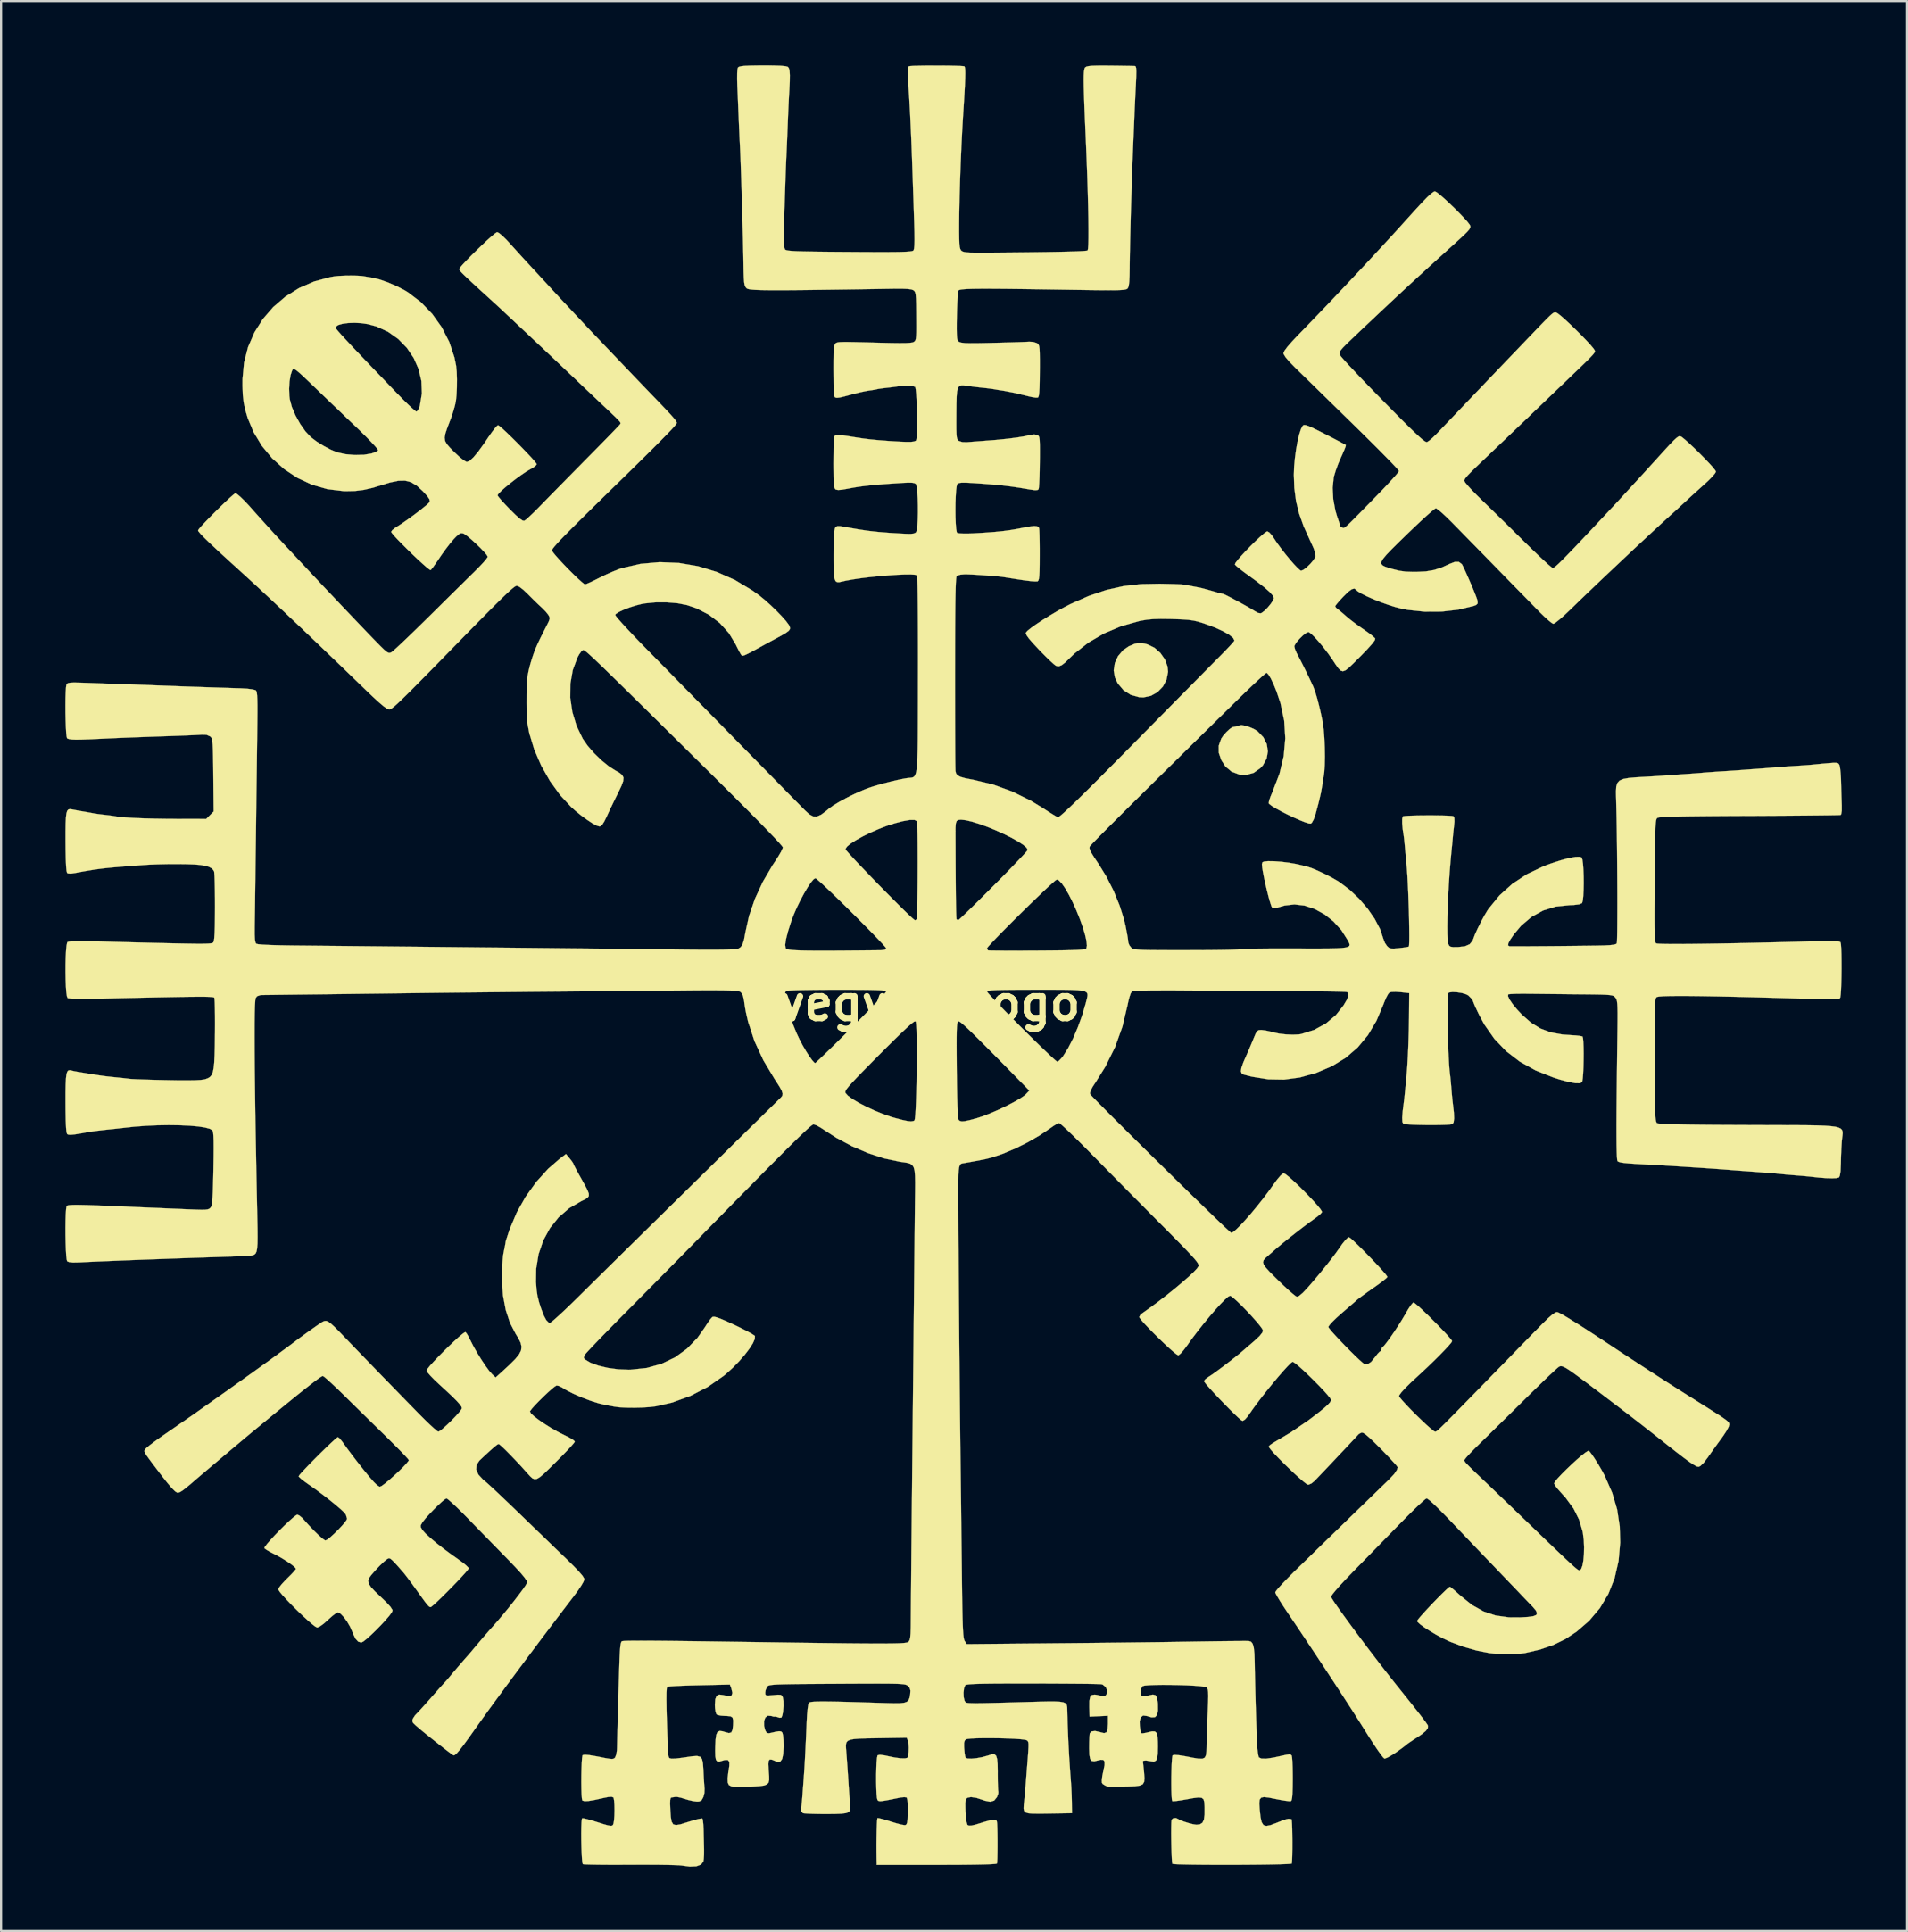
<source format=kicad_pcb>
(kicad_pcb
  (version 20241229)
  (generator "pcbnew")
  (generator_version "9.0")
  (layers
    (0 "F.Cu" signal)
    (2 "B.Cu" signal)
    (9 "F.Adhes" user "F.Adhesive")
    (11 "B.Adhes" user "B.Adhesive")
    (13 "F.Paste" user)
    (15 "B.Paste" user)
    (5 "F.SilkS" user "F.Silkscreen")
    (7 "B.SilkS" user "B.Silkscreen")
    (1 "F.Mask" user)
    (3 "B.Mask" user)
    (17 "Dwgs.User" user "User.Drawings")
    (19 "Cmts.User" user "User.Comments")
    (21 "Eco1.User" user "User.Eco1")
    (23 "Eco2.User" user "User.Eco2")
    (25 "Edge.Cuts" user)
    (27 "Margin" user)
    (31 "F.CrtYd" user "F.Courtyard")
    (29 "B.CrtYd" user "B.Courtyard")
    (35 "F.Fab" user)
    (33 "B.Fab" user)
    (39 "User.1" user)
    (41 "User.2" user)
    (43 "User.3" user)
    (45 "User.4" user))
  (footprint "vegvisirLogo"
    (layer "F.Cu")
    (at 40.359 43.792)
    (property "Reference" "vegvisirLogo" (at 0 0 0) (layer "F.SilkS") (effects (font (size 1.524 1.524) (thickness 0.3))))
    (attr through_hole)
    (fp_poly (pts (xy 10.043 -16.788) (xy 10.165 -16.755) (xy 10.486 -16.6) (xy 10.763 -16.357) (xy 10.975 -16.054) (xy 11.099 -15.721) (xy 11.123 -15.473) (xy 11.051 -15.106) (xy 10.881 -14.786) (xy 10.633 -14.53) (xy 10.325 -14.356) (xy 9.978 -14.281) (xy 9.779 -14.289) (xy 9.381 -14.401) (xy 9.042 -14.62) (xy 8.779 -14.932) (xy 8.643 -15.213) (xy 8.587 -15.544) (xy 8.64 -15.885) (xy 8.79 -16.208) (xy 9.024 -16.484) (xy 9.299 -16.671) (xy 9.568 -16.784) (xy 9.796 -16.822) (xy 10.043 -16.788)) (stroke (width 0.01) (type solid)) (fill yes) (layer "F.SilkS"))
    (fp_poly (pts (xy 14.718 -12.96) (xy 14.924 -12.895) (xy 15.127 -12.808) (xy 15.292 -12.709) (xy 15.302 -12.701) (xy 15.571 -12.42) (xy 15.732 -12.1) (xy 15.784 -11.761) (xy 15.725 -11.426) (xy 15.554 -11.114) (xy 15.431 -10.979) (xy 15.121 -10.761) (xy 14.779 -10.663) (xy 14.447 -10.682) (xy 14.09 -10.815) (xy 13.807 -11.05) (xy 13.613 -11.348) (xy 13.492 -11.696) (xy 13.49 -12.024) (xy 13.607 -12.356) (xy 13.608 -12.359) (xy 13.706 -12.502) (xy 13.846 -12.66) (xy 13.994 -12.799) (xy 14.116 -12.884) (xy 14.149 -12.895) (xy 14.31 -12.923) (xy 14.43 -12.958) (xy 14.454 -12.972) (xy 14.549 -12.99) (xy 14.718 -12.96)) (stroke (width 0.01) (type solid)) (fill yes) (layer "F.SilkS"))
    (fp_poly (pts (xy -7.324 -43.785) (xy -6.964 -43.773) (xy -6.731 -43.751) (xy -6.626 -43.72) (xy -6.578 -43.655) (xy -6.548 -43.53) (xy -6.535 -43.332) (xy -6.539 -43.044) (xy -6.557 -42.651) (xy -6.569 -42.45) (xy -6.58 -42.255) (xy -6.594 -41.965) (xy -6.61 -41.61) (xy -6.626 -41.224) (xy -6.635 -40.989) (xy -6.651 -40.592) (xy -6.667 -40.201) (xy -6.682 -39.851) (xy -6.694 -39.576) (xy -6.7 -39.465) (xy -6.709 -39.263) (xy -6.721 -38.956) (xy -6.735 -38.566) (xy -6.75 -38.118) (xy -6.767 -37.632) (xy -6.783 -37.131) (xy -6.798 -36.639) (xy -6.812 -36.176) (xy -6.822 -35.827) (xy -6.82 -35.534) (xy -6.8 -35.316) (xy -6.763 -35.201) (xy -6.734 -35.177) (xy -6.677 -35.157) (xy -6.581 -35.14) (xy -6.436 -35.127) (xy -6.231 -35.115) (xy -5.955 -35.106) (xy -5.597 -35.099) (xy -5.147 -35.093) (xy -4.594 -35.087) (xy -3.926 -35.082) (xy -3.762 -35.081) (xy -3.059 -35.076) (xy -2.472 -35.074) (xy -1.992 -35.074) (xy -1.609 -35.077) (xy -1.311 -35.082) (xy -1.089 -35.091) (xy -0.933 -35.103) (xy -0.832 -35.118) (xy -0.776 -35.137) (xy -0.761 -35.149) (xy -0.734 -35.226) (xy -0.718 -35.388) (xy -0.712 -35.646) (xy -0.716 -36.011) (xy -0.728 -36.462) (xy -0.743 -36.908) (xy -0.758 -37.371) (xy -0.773 -37.812) (xy -0.786 -38.193) (xy -0.793 -38.417) (xy -0.826 -39.364) (xy -0.857 -40.198) (xy -0.889 -40.937) (xy -0.92 -41.596) (xy -0.953 -42.191) (xy -0.986 -42.704) (xy -1.011 -43.097) (xy -1.022 -43.381) (xy -1.021 -43.572) (xy -1.007 -43.688) (xy -0.979 -43.746) (xy -0.979 -43.746) (xy -0.905 -43.759) (xy -0.728 -43.769) (xy -0.472 -43.776) (xy -0.159 -43.781) (xy 0.187 -43.782) (xy 0.541 -43.782) (xy 0.88 -43.778) (xy 1.181 -43.772) (xy 1.42 -43.764) (xy 1.573 -43.753) (xy 1.617 -43.743) (xy 1.638 -43.694) (xy 1.651 -43.591) (xy 1.655 -43.422) (xy 1.65 -43.176) (xy 1.637 -42.844) (xy 1.613 -42.413) (xy 1.58 -41.874) (xy 1.554 -41.465) (xy 1.514 -40.787) (xy 1.476 -40.03) (xy 1.442 -39.231) (xy 1.413 -38.424) (xy 1.391 -37.646) (xy 1.376 -36.931) (xy 1.371 -36.435) (xy 1.37 -36.01) (xy 1.374 -35.694) (xy 1.382 -35.469) (xy 1.398 -35.317) (xy 1.422 -35.219) (xy 1.456 -35.158) (xy 1.471 -35.141) (xy 1.519 -35.106) (xy 1.594 -35.08) (xy 1.713 -35.062) (xy 1.891 -35.05) (xy 2.147 -35.045) (xy 2.497 -35.044) (xy 2.956 -35.047) (xy 2.963 -35.047) (xy 3.917 -35.056) (xy 4.746 -35.065) (xy 5.455 -35.075) (xy 6.048 -35.086) (xy 6.526 -35.097) (xy 6.894 -35.109) (xy 7.156 -35.122) (xy 7.313 -35.136) (xy 7.367 -35.148) (xy 7.388 -35.225) (xy 7.402 -35.421) (xy 7.409 -35.728) (xy 7.41 -36.137) (xy 7.405 -36.642) (xy 7.393 -37.233) (xy 7.375 -37.904) (xy 7.351 -38.645) (xy 7.321 -39.449) (xy 7.286 -40.309) (xy 7.273 -40.608) (xy 7.242 -41.316) (xy 7.218 -41.906) (xy 7.201 -42.392) (xy 7.19 -42.781) (xy 7.186 -43.086) (xy 7.188 -43.316) (xy 7.197 -43.482) (xy 7.213 -43.595) (xy 7.234 -43.664) (xy 7.255 -43.695) (xy 7.312 -43.731) (xy 7.414 -43.756) (xy 7.578 -43.772) (xy 7.821 -43.78) (xy 8.163 -43.781) (xy 8.421 -43.779) (xy 8.782 -43.775) (xy 9.102 -43.77) (xy 9.357 -43.766) (xy 9.525 -43.762) (xy 9.579 -43.76) (xy 9.613 -43.735) (xy 9.634 -43.657) (xy 9.642 -43.507) (xy 9.637 -43.269) (xy 9.622 -42.923) (xy 9.62 -42.878) (xy 9.601 -42.506) (xy 9.583 -42.129) (xy 9.567 -41.792) (xy 9.556 -41.537) (xy 9.556 -41.529) (xy 9.546 -41.276) (xy 9.532 -40.941) (xy 9.516 -40.566) (xy 9.5 -40.196) (xy 9.47 -39.47) (xy 9.441 -38.697) (xy 9.415 -37.899) (xy 9.39 -37.103) (xy 9.369 -36.331) (xy 9.352 -35.609) (xy 9.339 -34.96) (xy 9.331 -34.411) (xy 9.331 -34.337) (xy 9.325 -33.965) (xy 9.313 -33.701) (xy 9.292 -33.525) (xy 9.261 -33.417) (xy 9.228 -33.367) (xy 9.19 -33.342) (xy 9.125 -33.323) (xy 9.019 -33.308) (xy 8.861 -33.298) (xy 8.639 -33.293) (xy 8.341 -33.291) (xy 7.956 -33.293) (xy 7.471 -33.299) (xy 6.875 -33.308) (xy 6.662 -33.311) (xy 5.711 -33.326) (xy 4.879 -33.339) (xy 4.158 -33.349) (xy 3.541 -33.356) (xy 3.019 -33.36) (xy 2.585 -33.362) (xy 2.231 -33.36) (xy 1.949 -33.355) (xy 1.731 -33.348) (xy 1.569 -33.337) (xy 1.455 -33.323) (xy 1.383 -33.306) (xy 1.342 -33.285) (xy 1.332 -33.274) (xy 1.315 -33.187) (xy 1.298 -33) (xy 1.283 -32.737) (xy 1.271 -32.427) (xy 1.262 -32.094) (xy 1.256 -31.766) (xy 1.255 -31.468) (xy 1.26 -31.226) (xy 1.269 -31.083) (xy 1.282 -30.995) (xy 1.31 -30.927) (xy 1.368 -30.878) (xy 1.47 -30.845) (xy 1.631 -30.825) (xy 1.867 -30.817) (xy 2.192 -30.818) (xy 2.62 -30.826) (xy 2.913 -30.833) (xy 3.35 -30.844) (xy 3.757 -30.855) (xy 4.111 -30.866) (xy 4.393 -30.877) (xy 4.58 -30.885) (xy 4.636 -30.889) (xy 4.83 -30.878) (xy 4.994 -30.824) (xy 4.998 -30.822) (xy 5.047 -30.787) (xy 5.083 -30.741) (xy 5.107 -30.664) (xy 5.123 -30.54) (xy 5.131 -30.35) (xy 5.134 -30.076) (xy 5.134 -29.701) (xy 5.133 -29.522) (xy 5.129 -29.082) (xy 5.121 -28.753) (xy 5.108 -28.523) (xy 5.09 -28.376) (xy 5.064 -28.299) (xy 5.042 -28.278) (xy 4.939 -28.277) (xy 4.757 -28.305) (xy 4.558 -28.352) (xy 3.976 -28.496) (xy 3.474 -28.594) (xy 3.365 -28.611) (xy 3.175 -28.64) (xy 3.02 -28.668) (xy 3.016 -28.669) (xy 2.888 -28.689) (xy 2.681 -28.716) (xy 2.477 -28.738) (xy 2.2 -28.769) (xy 1.921 -28.804) (xy 1.761 -28.827) (xy 1.593 -28.85) (xy 1.465 -28.851) (xy 1.374 -28.814) (xy 1.312 -28.725) (xy 1.273 -28.568) (xy 1.252 -28.33) (xy 1.242 -27.995) (xy 1.238 -27.548) (xy 1.238 -27.531) (xy 1.236 -27.113) (xy 1.237 -26.804) (xy 1.244 -26.586) (xy 1.257 -26.44) (xy 1.279 -26.349) (xy 1.311 -26.293) (xy 1.353 -26.257) (xy 1.513 -26.202) (xy 1.735 -26.195) (xy 1.738 -26.196) (xy 1.932 -26.212) (xy 2.198 -26.233) (xy 2.482 -26.254) (xy 2.508 -26.256) (xy 3.089 -26.302) (xy 3.615 -26.355) (xy 4.069 -26.414) (xy 4.433 -26.474) (xy 4.688 -26.535) (xy 4.699 -26.538) (xy 4.878 -26.558) (xy 5 -26.537) (xy 5.05 -26.515) (xy 5.086 -26.48) (xy 5.111 -26.414) (xy 5.126 -26.3) (xy 5.134 -26.12) (xy 5.136 -25.856) (xy 5.135 -25.491) (xy 5.133 -25.279) (xy 5.128 -24.897) (xy 5.119 -24.557) (xy 5.107 -24.28) (xy 5.093 -24.087) (xy 5.078 -23.999) (xy 5.077 -23.998) (xy 5.018 -23.96) (xy 4.893 -23.956) (xy 4.675 -23.986) (xy 4.627 -23.995) (xy 4.192 -24.069) (xy 3.795 -24.128) (xy 3.402 -24.177) (xy 2.978 -24.219) (xy 2.49 -24.258) (xy 1.998 -24.292) (xy 1.691 -24.308) (xy 1.487 -24.308) (xy 1.362 -24.29) (xy 1.294 -24.253) (xy 1.285 -24.244) (xy 1.253 -24.144) (xy 1.228 -23.946) (xy 1.21 -23.677) (xy 1.198 -23.363) (xy 1.195 -23.029) (xy 1.198 -22.7) (xy 1.21 -22.404) (xy 1.228 -22.164) (xy 1.255 -22.008) (xy 1.278 -21.961) (xy 1.376 -21.94) (xy 1.572 -21.929) (xy 1.836 -21.931) (xy 2.032 -21.939) (xy 2.584 -21.972) (xy 3.038 -22.007) (xy 3.426 -22.047) (xy 3.775 -22.095) (xy 4.118 -22.154) (xy 4.338 -22.199) (xy 4.659 -22.259) (xy 4.877 -22.283) (xy 5.012 -22.27) (xy 5.083 -22.22) (xy 5.102 -22.177) (xy 5.111 -22.08) (xy 5.119 -21.879) (xy 5.125 -21.595) (xy 5.129 -21.252) (xy 5.129 -20.902) (xy 5.127 -20.483) (xy 5.121 -20.174) (xy 5.111 -19.959) (xy 5.094 -19.82) (xy 5.069 -19.74) (xy 5.036 -19.704) (xy 5.028 -19.7) (xy 4.928 -19.695) (xy 4.733 -19.708) (xy 4.472 -19.739) (xy 4.227 -19.775) (xy 3.929 -19.822) (xy 3.666 -19.864) (xy 3.471 -19.895) (xy 3.385 -19.908) (xy 3.204 -19.929) (xy 2.934 -19.954) (xy 2.614 -19.978) (xy 2.281 -20.001) (xy 1.974 -20.019) (xy 1.73 -20.029) (xy 1.636 -20.03) (xy 1.44 -20.014) (xy 1.294 -19.975) (xy 1.257 -19.952) (xy 1.241 -19.907) (xy 1.228 -19.802) (xy 1.216 -19.63) (xy 1.206 -19.383) (xy 1.198 -19.055) (xy 1.191 -18.639) (xy 1.186 -18.128) (xy 1.182 -17.515) (xy 1.179 -16.792) (xy 1.178 -15.954) (xy 1.177 -15.446) (xy 1.177 -14.703) (xy 1.178 -13.994) (xy 1.179 -13.33) (xy 1.181 -12.721) (xy 1.183 -12.179) (xy 1.185 -11.714) (xy 1.188 -11.337) (xy 1.192 -11.058) (xy 1.196 -10.888) (xy 1.198 -10.841) (xy 1.229 -10.725) (xy 1.302 -10.638) (xy 1.437 -10.569) (xy 1.654 -10.508) (xy 1.974 -10.446) (xy 2.019 -10.438) (xy 2.933 -10.22) (xy 3.846 -9.887) (xy 4.732 -9.448) (xy 5.266 -9.121) (xy 5.519 -8.957) (xy 5.739 -8.819) (xy 5.903 -8.721) (xy 5.979 -8.683) (xy 6.025 -8.701) (xy 6.124 -8.776) (xy 6.278 -8.911) (xy 6.492 -9.109) (xy 6.769 -9.375) (xy 7.114 -9.712) (xy 7.53 -10.124) (xy 8.021 -10.614) (xy 8.59 -11.187) (xy 9.243 -11.846) (xy 9.503 -12.109) (xy 10.067 -12.681) (xy 10.619 -13.24) (xy 11.151 -13.779) (xy 11.653 -14.288) (xy 12.119 -14.759) (xy 12.538 -15.183) (xy 12.902 -15.551) (xy 13.202 -15.855) (xy 13.43 -16.085) (xy 13.573 -16.229) (xy 13.804 -16.465) (xy 13.998 -16.67) (xy 14.141 -16.828) (xy 14.216 -16.92) (xy 14.223 -16.935) (xy 14.161 -17.057) (xy 13.988 -17.201) (xy 13.716 -17.359) (xy 13.357 -17.525) (xy 13.04 -17.649) (xy 12.76 -17.748) (xy 12.526 -17.82) (xy 12.307 -17.87) (xy 12.072 -17.903) (xy 11.789 -17.923) (xy 11.426 -17.937) (xy 11.206 -17.943) (xy 10.773 -17.948) (xy 10.429 -17.938) (xy 10.134 -17.91) (xy 9.852 -17.862) (xy 9.778 -17.846) (xy 8.932 -17.605) (xy 8.136 -17.268) (xy 7.408 -16.843) (xy 6.765 -16.34) (xy 6.548 -16.132) (xy 6.326 -15.916) (xy 6.162 -15.788) (xy 6.035 -15.735) (xy 5.924 -15.745) (xy 5.878 -15.765) (xy 5.789 -15.834) (xy 5.632 -15.977) (xy 5.427 -16.176) (xy 5.193 -16.412) (xy 5.095 -16.514) (xy 4.817 -16.812) (xy 4.626 -17.033) (xy 4.517 -17.187) (xy 4.481 -17.281) (xy 4.484 -17.3) (xy 4.56 -17.388) (xy 4.728 -17.524) (xy 4.969 -17.696) (xy 5.263 -17.89) (xy 5.591 -18.095) (xy 5.933 -18.297) (xy 6.271 -18.485) (xy 6.572 -18.64) (xy 7.422 -19.017) (xy 8.234 -19.293) (xy 9.039 -19.476) (xy 9.866 -19.572) (xy 10.732 -19.588) (xy 11.123 -19.58) (xy 11.412 -19.572) (xy 11.62 -19.564) (xy 11.773 -19.555) (xy 11.892 -19.541) (xy 12.003 -19.523) (xy 12.128 -19.498) (xy 12.16 -19.491) (xy 12.369 -19.449) (xy 12.552 -19.414) (xy 12.576 -19.41) (xy 12.715 -19.378) (xy 12.931 -19.32) (xy 13.181 -19.249) (xy 13.211 -19.24) (xy 13.433 -19.175) (xy 13.6 -19.131) (xy 13.681 -19.114) (xy 13.684 -19.115) (xy 13.735 -19.098) (xy 13.872 -19.032) (xy 14.071 -18.93) (xy 14.306 -18.804) (xy 14.553 -18.669) (xy 14.789 -18.538) (xy 14.987 -18.424) (xy 15.124 -18.339) (xy 15.136 -18.331) (xy 15.318 -18.226) (xy 15.444 -18.206) (xy 15.49 -18.223) (xy 15.625 -18.323) (xy 15.779 -18.479) (xy 15.923 -18.655) (xy 16.028 -18.814) (xy 16.066 -18.918) (xy 16.016 -19.035) (xy 15.867 -19.204) (xy 15.614 -19.426) (xy 15.256 -19.704) (xy 14.887 -19.972) (xy 14.644 -20.149) (xy 14.441 -20.307) (xy 14.299 -20.427) (xy 14.243 -20.49) (xy 14.274 -20.563) (xy 14.38 -20.703) (xy 14.544 -20.892) (xy 14.747 -21.111) (xy 14.971 -21.342) (xy 15.198 -21.567) (xy 15.409 -21.766) (xy 15.587 -21.922) (xy 15.713 -22.015) (xy 15.758 -22.034) (xy 15.848 -21.984) (xy 15.966 -21.854) (xy 16.05 -21.733) (xy 16.201 -21.505) (xy 16.388 -21.248) (xy 16.595 -20.981) (xy 16.806 -20.724) (xy 17.003 -20.498) (xy 17.17 -20.322) (xy 17.29 -20.215) (xy 17.337 -20.193) (xy 17.45 -20.24) (xy 17.604 -20.359) (xy 17.768 -20.519) (xy 17.91 -20.688) (xy 17.999 -20.834) (xy 18.009 -20.866) (xy 18.001 -21.003) (xy 17.927 -21.227) (xy 17.784 -21.547) (xy 17.757 -21.603) (xy 17.458 -22.262) (xy 17.241 -22.867) (xy 17.098 -23.452) (xy 17.019 -24.053) (xy 16.997 -24.67) (xy 17.01 -25.05) (xy 17.047 -25.453) (xy 17.101 -25.856) (xy 17.17 -26.234) (xy 17.248 -26.561) (xy 17.331 -26.813) (xy 17.414 -26.966) (xy 17.423 -26.975) (xy 17.471 -26.999) (xy 17.553 -26.992) (xy 17.685 -26.948) (xy 17.883 -26.86) (xy 18.163 -26.722) (xy 18.454 -26.574) (xy 18.769 -26.412) (xy 19.042 -26.269) (xy 19.256 -26.156) (xy 19.389 -26.084) (xy 19.425 -26.062) (xy 19.412 -25.997) (xy 19.353 -25.844) (xy 19.26 -25.628) (xy 19.192 -25.479) (xy 19.065 -25.184) (xy 18.953 -24.88) (xy 18.873 -24.617) (xy 18.856 -24.544) (xy 18.808 -24.064) (xy 18.836 -23.532) (xy 18.936 -22.996) (xy 19.014 -22.733) (xy 19.09 -22.509) (xy 19.147 -22.34) (xy 19.175 -22.253) (xy 19.177 -22.248) (xy 19.226 -22.221) (xy 19.267 -22.204) (xy 19.295 -22.193) (xy 19.323 -22.191) (xy 19.361 -22.206) (xy 19.419 -22.247) (xy 19.506 -22.323) (xy 19.632 -22.444) (xy 19.807 -22.618) (xy 20.041 -22.854) (xy 20.343 -23.162) (xy 20.723 -23.55) (xy 20.78 -23.609) (xy 21.088 -23.926) (xy 21.363 -24.217) (xy 21.594 -24.468) (xy 21.77 -24.667) (xy 21.878 -24.799) (xy 21.907 -24.849) (xy 21.863 -24.91) (xy 21.737 -25.05) (xy 21.537 -25.261) (xy 21.272 -25.532) (xy 20.952 -25.857) (xy 20.584 -26.224) (xy 20.179 -26.626) (xy 19.744 -27.052) (xy 19.739 -27.058) (xy 19.281 -27.505) (xy 18.834 -27.943) (xy 18.408 -28.359) (xy 18.016 -28.743) (xy 17.669 -29.082) (xy 17.379 -29.365) (xy 17.159 -29.58) (xy 17.04 -29.697) (xy 16.78 -29.964) (xy 16.604 -30.173) (xy 16.518 -30.316) (xy 16.51 -30.352) (xy 16.557 -30.46) (xy 16.692 -30.644) (xy 16.909 -30.894) (xy 17.136 -31.135) (xy 17.554 -31.567) (xy 17.901 -31.926) (xy 18.193 -32.23) (xy 18.449 -32.497) (xy 18.685 -32.745) (xy 18.919 -32.991) (xy 19.168 -33.255) (xy 19.358 -33.456) (xy 19.667 -33.784) (xy 19.924 -34.058) (xy 20.146 -34.294) (xy 20.349 -34.511) (xy 20.55 -34.728) (xy 20.767 -34.962) (xy 21.016 -35.232) (xy 21.314 -35.555) (xy 21.678 -35.951) (xy 21.75 -36.029) (xy 21.811 -36.097) (xy 21.943 -36.243) (xy 22.131 -36.451) (xy 22.361 -36.706) (xy 22.619 -36.991) (xy 22.631 -37.005) (xy 22.962 -37.365) (xy 23.221 -37.631) (xy 23.41 -37.806) (xy 23.536 -37.895) (xy 23.582 -37.909) (xy 23.667 -37.865) (xy 23.819 -37.746) (xy 24.02 -37.571) (xy 24.251 -37.357) (xy 24.494 -37.123) (xy 24.729 -36.887) (xy 24.939 -36.668) (xy 25.104 -36.482) (xy 25.206 -36.35) (xy 25.226 -36.311) (xy 25.238 -36.258) (xy 25.227 -36.2) (xy 25.181 -36.125) (xy 25.088 -36.019) (xy 24.938 -35.87) (xy 24.718 -35.666) (xy 24.418 -35.393) (xy 24.32 -35.305) (xy 24.044 -35.055) (xy 23.779 -34.815) (xy 23.549 -34.607) (xy 23.381 -34.453) (xy 23.336 -34.413) (xy 23.148 -34.24) (xy 22.961 -34.07) (xy 22.892 -34.007) (xy 22.628 -33.765) (xy 22.29 -33.453) (xy 21.895 -33.086) (xy 21.462 -32.681) (xy 21.008 -32.255) (xy 20.551 -31.824) (xy 20.108 -31.406) (xy 19.718 -31.034) (xy 19.465 -30.791) (xy 19.293 -30.617) (xy 19.187 -30.494) (xy 19.137 -30.406) (xy 19.128 -30.335) (xy 19.146 -30.269) (xy 19.203 -30.191) (xy 19.34 -30.033) (xy 19.547 -29.805) (xy 19.816 -29.518) (xy 20.136 -29.18) (xy 20.498 -28.804) (xy 20.892 -28.398) (xy 21.152 -28.133) (xy 21.634 -27.644) (xy 22.036 -27.239) (xy 22.365 -26.913) (xy 22.629 -26.657) (xy 22.834 -26.465) (xy 22.987 -26.331) (xy 23.097 -26.247) (xy 23.171 -26.206) (xy 23.215 -26.202) (xy 23.319 -26.269) (xy 23.474 -26.401) (xy 23.646 -26.569) (xy 23.781 -26.71) (xy 23.986 -26.925) (xy 24.244 -27.195) (xy 24.537 -27.501) (xy 24.847 -27.826) (xy 24.979 -27.965) (xy 25.275 -28.274) (xy 25.52 -28.532) (xy 25.731 -28.752) (xy 25.92 -28.95) (xy 26.103 -29.142) (xy 26.293 -29.34) (xy 26.505 -29.562) (xy 26.753 -29.821) (xy 27.051 -30.132) (xy 27.414 -30.511) (xy 27.686 -30.795) (xy 28.073 -31.199) (xy 28.382 -31.522) (xy 28.623 -31.771) (xy 28.805 -31.956) (xy 28.939 -32.088) (xy 29.034 -32.174) (xy 29.1 -32.225) (xy 29.147 -32.25) (xy 29.184 -32.258) (xy 29.223 -32.258) (xy 29.229 -32.258) (xy 29.312 -32.214) (xy 29.464 -32.095) (xy 29.666 -31.916) (xy 29.903 -31.697) (xy 30.155 -31.453) (xy 30.406 -31.202) (xy 30.638 -30.962) (xy 30.834 -30.75) (xy 30.976 -30.582) (xy 31.047 -30.477) (xy 31.052 -30.459) (xy 31.049 -30.427) (xy 31.036 -30.39) (xy 31.004 -30.34) (xy 30.943 -30.267) (xy 30.845 -30.163) (xy 30.701 -30.017) (xy 30.502 -29.822) (xy 30.238 -29.567) (xy 29.901 -29.244) (xy 29.483 -28.843) (xy 29.435 -28.797) (xy 29.095 -28.472) (xy 28.762 -28.152) (xy 28.453 -27.857) (xy 28.188 -27.603) (xy 27.986 -27.409) (xy 27.911 -27.337) (xy 27.748 -27.181) (xy 27.512 -26.956) (xy 27.224 -26.68) (xy 26.901 -26.373) (xy 26.565 -26.052) (xy 26.414 -25.908) (xy 26.009 -25.522) (xy 25.687 -25.214) (xy 25.438 -24.973) (xy 25.253 -24.79) (xy 25.122 -24.655) (xy 25.037 -24.559) (xy 24.987 -24.491) (xy 24.963 -24.441) (xy 24.956 -24.4) (xy 24.956 -24.386) (xy 24.999 -24.309) (xy 25.121 -24.162) (xy 25.305 -23.961) (xy 25.536 -23.724) (xy 25.733 -23.53) (xy 26.001 -23.271) (xy 26.336 -22.945) (xy 26.713 -22.575) (xy 27.111 -22.184) (xy 27.505 -21.795) (xy 27.753 -21.55) (xy 28.082 -21.228) (xy 28.384 -20.937) (xy 28.648 -20.689) (xy 28.86 -20.496) (xy 29.009 -20.369) (xy 29.081 -20.32) (xy 29.083 -20.32) (xy 29.119 -20.33) (xy 29.175 -20.364) (xy 29.255 -20.43) (xy 29.367 -20.532) (xy 29.516 -20.678) (xy 29.71 -20.874) (xy 29.954 -21.127) (xy 30.255 -21.442) (xy 30.619 -21.827) (xy 31.052 -22.288) (xy 31.561 -22.831) (xy 31.972 -23.27) (xy 32.171 -23.485) (xy 32.387 -23.719) (xy 32.479 -23.82) (xy 32.646 -24.003) (xy 32.858 -24.235) (xy 33.075 -24.47) (xy 33.114 -24.513) (xy 33.316 -24.733) (xy 33.568 -25.01) (xy 33.835 -25.304) (xy 34.036 -25.526) (xy 34.334 -25.855) (xy 34.561 -26.1) (xy 34.728 -26.273) (xy 34.849 -26.385) (xy 34.935 -26.449) (xy 34.998 -26.476) (xy 35.029 -26.48) (xy 35.109 -26.436) (xy 35.257 -26.317) (xy 35.455 -26.14) (xy 35.684 -25.925) (xy 35.927 -25.688) (xy 36.164 -25.447) (xy 36.379 -25.222) (xy 36.552 -25.03) (xy 36.665 -24.888) (xy 36.702 -24.819) (xy 36.657 -24.737) (xy 36.535 -24.593) (xy 36.356 -24.411) (xy 36.181 -24.248) (xy 35.92 -24.013) (xy 35.65 -23.769) (xy 35.411 -23.551) (xy 35.308 -23.455) (xy 35.104 -23.267) (xy 34.91 -23.087) (xy 34.766 -22.956) (xy 34.429 -22.65) (xy 34.12 -22.367) (xy 33.82 -22.091) (xy 33.511 -21.804) (xy 33.172 -21.489) (xy 32.787 -21.128) (xy 32.336 -20.703) (xy 32.139 -20.517) (xy 31.699 -20.103) (xy 31.325 -19.749) (xy 30.991 -19.43) (xy 30.668 -19.121) (xy 30.329 -18.795) (xy 29.949 -18.426) (xy 29.865 -18.345) (xy 29.625 -18.118) (xy 29.41 -17.928) (xy 29.239 -17.791) (xy 29.132 -17.722) (xy 29.113 -17.716) (xy 29.032 -17.76) (xy 28.884 -17.879) (xy 28.687 -18.057) (xy 28.462 -18.276) (xy 28.404 -18.336) (xy 27.886 -18.865) (xy 27.361 -19.402) (xy 26.84 -19.935) (xy 26.334 -20.453) (xy 25.855 -20.943) (xy 25.414 -21.393) (xy 25.023 -21.792) (xy 24.694 -22.129) (xy 24.437 -22.39) (xy 24.366 -22.463) (xy 24.13 -22.696) (xy 23.919 -22.892) (xy 23.751 -23.035) (xy 23.645 -23.108) (xy 23.626 -23.114) (xy 23.555 -23.071) (xy 23.407 -22.95) (xy 23.195 -22.763) (xy 22.93 -22.52) (xy 22.625 -22.233) (xy 22.293 -21.914) (xy 22.256 -21.878) (xy 21.859 -21.492) (xy 21.549 -21.184) (xy 21.32 -20.944) (xy 21.168 -20.762) (xy 21.088 -20.626) (xy 21.076 -20.526) (xy 21.128 -20.451) (xy 21.24 -20.39) (xy 21.405 -20.332) (xy 21.596 -20.275) (xy 21.907 -20.196) (xy 22.217 -20.153) (xy 22.582 -20.14) (xy 22.7 -20.14) (xy 23.159 -20.163) (xy 23.546 -20.229) (xy 23.915 -20.351) (xy 24.249 -20.506) (xy 24.51 -20.608) (xy 24.702 -20.607) (xy 24.837 -20.504) (xy 24.871 -20.447) (xy 24.989 -20.199) (xy 25.12 -19.909) (xy 25.253 -19.603) (xy 25.377 -19.31) (xy 25.479 -19.056) (xy 25.548 -18.869) (xy 25.572 -18.787) (xy 25.576 -18.667) (xy 25.508 -18.597) (xy 25.39 -18.551) (xy 24.676 -18.377) (xy 23.903 -18.287) (xy 23.106 -18.283) (xy 22.322 -18.366) (xy 22.035 -18.421) (xy 21.736 -18.498) (xy 21.399 -18.605) (xy 21.047 -18.732) (xy 20.704 -18.869) (xy 20.394 -19.007) (xy 20.14 -19.135) (xy 19.968 -19.243) (xy 19.908 -19.302) (xy 19.824 -19.364) (xy 19.699 -19.332) (xy 19.522 -19.201) (xy 19.293 -18.974) (xy 19.124 -18.79) (xy 18.996 -18.64) (xy 18.929 -18.548) (xy 18.923 -18.533) (xy 18.969 -18.463) (xy 19.041 -18.403) (xy 19.152 -18.316) (xy 19.315 -18.178) (xy 19.445 -18.063) (xy 19.631 -17.909) (xy 19.88 -17.719) (xy 20.149 -17.527) (xy 20.246 -17.46) (xy 20.471 -17.302) (xy 20.654 -17.161) (xy 20.77 -17.057) (xy 20.797 -17.021) (xy 20.767 -16.937) (xy 20.643 -16.773) (xy 20.428 -16.534) (xy 20.126 -16.221) (xy 20.073 -16.169) (xy 19.783 -15.878) (xy 19.568 -15.671) (xy 19.409 -15.546) (xy 19.286 -15.5) (xy 19.181 -15.532) (xy 19.075 -15.639) (xy 18.948 -15.819) (xy 18.812 -16.026) (xy 18.609 -16.316) (xy 18.391 -16.602) (xy 18.175 -16.865) (xy 17.977 -17.086) (xy 17.813 -17.247) (xy 17.699 -17.329) (xy 17.673 -17.335) (xy 17.565 -17.289) (xy 17.416 -17.171) (xy 17.256 -17.014) (xy 17.117 -16.85) (xy 17.031 -16.712) (xy 17.018 -16.66) (xy 17.048 -16.537) (xy 17.124 -16.357) (xy 17.177 -16.255) (xy 17.274 -16.073) (xy 17.406 -15.812) (xy 17.556 -15.51) (xy 17.704 -15.205) (xy 17.833 -14.932) (xy 17.909 -14.764) (xy 17.992 -14.538) (xy 18.087 -14.223) (xy 18.184 -13.851) (xy 18.274 -13.459) (xy 18.344 -13.107) (xy 18.388 -12.782) (xy 18.42 -12.386) (xy 18.439 -11.954) (xy 18.446 -11.52) (xy 18.438 -11.121) (xy 18.416 -10.79) (xy 18.394 -10.636) (xy 18.363 -10.45) (xy 18.328 -10.221) (xy 18.319 -10.16) (xy 18.261 -9.833) (xy 18.163 -9.41) (xy 18.032 -8.916) (xy 17.993 -8.779) (xy 17.921 -8.581) (xy 17.839 -8.435) (xy 17.791 -8.389) (xy 17.697 -8.395) (xy 17.515 -8.453) (xy 17.272 -8.55) (xy 16.99 -8.675) (xy 16.694 -8.816) (xy 16.407 -8.962) (xy 16.153 -9.101) (xy 15.958 -9.222) (xy 15.843 -9.312) (xy 15.824 -9.342) (xy 15.84 -9.448) (xy 15.9 -9.63) (xy 15.991 -9.849) (xy 15.998 -9.866) (xy 16.324 -10.709) (xy 16.524 -11.541) (xy 16.598 -12.368) (xy 16.547 -13.193) (xy 16.37 -14.021) (xy 16.187 -14.563) (xy 16.051 -14.895) (xy 15.924 -15.161) (xy 15.815 -15.344) (xy 15.734 -15.427) (xy 15.72 -15.431) (xy 15.659 -15.388) (xy 15.519 -15.266) (xy 15.312 -15.077) (xy 15.051 -14.832) (xy 14.748 -14.542) (xy 14.413 -14.217) (xy 14.307 -14.113) (xy 13.284 -13.107) (xy 12.339 -12.179) (xy 11.475 -11.327) (xy 10.692 -10.555) (xy 9.991 -9.863) (xy 9.374 -9.251) (xy 8.841 -8.721) (xy 8.393 -8.274) (xy 8.032 -7.911) (xy 7.758 -7.633) (xy 7.573 -7.441) (xy 7.477 -7.336) (xy 7.463 -7.317) (xy 7.453 -7.247) (xy 7.479 -7.152) (xy 7.55 -7.012) (xy 7.675 -6.81) (xy 7.865 -6.526) (xy 7.888 -6.492) (xy 8.254 -5.896) (xy 8.584 -5.241) (xy 8.86 -4.567) (xy 9.067 -3.915) (xy 9.136 -3.619) (xy 9.198 -3.303) (xy 9.238 -3.083) (xy 9.259 -2.931) (xy 9.266 -2.842) (xy 9.313 -2.716) (xy 9.398 -2.603) (xy 9.434 -2.571) (xy 9.481 -2.545) (xy 9.551 -2.524) (xy 9.657 -2.508) (xy 9.809 -2.496) (xy 10.022 -2.487) (xy 10.308 -2.482) (xy 10.678 -2.479) (xy 11.145 -2.477) (xy 11.722 -2.477) (xy 11.991 -2.477) (xy 12.539 -2.478) (xy 13.046 -2.481) (xy 13.5 -2.486) (xy 13.886 -2.492) (xy 14.189 -2.5) (xy 14.397 -2.508) (xy 14.495 -2.518) (xy 14.501 -2.52) (xy 14.572 -2.53) (xy 14.756 -2.538) (xy 15.039 -2.545) (xy 15.408 -2.551) (xy 15.847 -2.555) (xy 16.344 -2.557) (xy 16.884 -2.557) (xy 17.015 -2.556) (xy 17.672 -2.554) (xy 18.211 -2.554) (xy 18.645 -2.557) (xy 18.983 -2.565) (xy 19.236 -2.579) (xy 19.414 -2.601) (xy 19.527 -2.633) (xy 19.586 -2.676) (xy 19.602 -2.731) (xy 19.584 -2.801) (xy 19.544 -2.886) (xy 19.52 -2.932) (xy 19.219 -3.409) (xy 18.848 -3.819) (xy 18.427 -4.153) (xy 17.971 -4.403) (xy 17.497 -4.561) (xy 17.022 -4.617) (xy 16.563 -4.563) (xy 16.433 -4.525) (xy 16.227 -4.467) (xy 16.064 -4.443) (xy 15.992 -4.451) (xy 15.952 -4.527) (xy 15.893 -4.702) (xy 15.822 -4.951) (xy 15.745 -5.249) (xy 15.669 -5.57) (xy 15.6 -5.888) (xy 15.545 -6.179) (xy 15.521 -6.325) (xy 15.506 -6.496) (xy 15.532 -6.582) (xy 15.6 -6.615) (xy 15.793 -6.636) (xy 16.075 -6.632) (xy 16.41 -6.607) (xy 16.765 -6.563) (xy 17.103 -6.503) (xy 17.234 -6.473) (xy 17.423 -6.427) (xy 17.572 -6.391) (xy 17.597 -6.385) (xy 17.817 -6.313) (xy 18.109 -6.192) (xy 18.435 -6.039) (xy 18.759 -5.872) (xy 19.044 -5.709) (xy 19.132 -5.653) (xy 19.604 -5.296) (xy 20.046 -4.877) (xy 20.441 -4.417) (xy 20.771 -3.939) (xy 21.02 -3.466) (xy 21.17 -3.02) (xy 21.173 -3.009) (xy 21.248 -2.816) (xy 21.348 -2.669) (xy 21.431 -2.593) (xy 21.525 -2.556) (xy 21.668 -2.551) (xy 21.898 -2.571) (xy 21.9 -2.572) (xy 22.121 -2.598) (xy 22.288 -2.625) (xy 22.365 -2.644) (xy 22.378 -2.714) (xy 22.386 -2.893) (xy 22.388 -3.161) (xy 22.385 -3.5) (xy 22.378 -3.891) (xy 22.368 -4.316) (xy 22.353 -4.757) (xy 22.337 -5.193) (xy 22.317 -5.608) (xy 22.297 -5.981) (xy 22.275 -6.295) (xy 22.258 -6.477) (xy 22.241 -6.649) (xy 22.218 -6.898) (xy 22.193 -7.173) (xy 22.19 -7.207) (xy 22.167 -7.463) (xy 22.144 -7.679) (xy 22.127 -7.817) (xy 22.124 -7.833) (xy 22.078 -8.135) (xy 22.055 -8.401) (xy 22.055 -8.603) (xy 22.079 -8.715) (xy 22.09 -8.726) (xy 22.177 -8.742) (xy 22.366 -8.755) (xy 22.631 -8.764) (xy 22.946 -8.77) (xy 23.285 -8.772) (xy 23.623 -8.771) (xy 23.934 -8.766) (xy 24.192 -8.758) (xy 24.373 -8.746) (xy 24.447 -8.731) (xy 24.488 -8.652) (xy 24.492 -8.477) (xy 24.475 -8.296) (xy 24.447 -8.051) (xy 24.424 -7.829) (xy 24.414 -7.715) (xy 24.399 -7.546) (xy 24.376 -7.311) (xy 24.359 -7.144) (xy 24.311 -6.638) (xy 24.268 -6.104) (xy 24.231 -5.556) (xy 24.201 -5.013) (xy 24.179 -4.492) (xy 24.164 -4.008) (xy 24.158 -3.581) (xy 24.161 -3.225) (xy 24.173 -2.959) (xy 24.196 -2.799) (xy 24.202 -2.782) (xy 24.247 -2.689) (xy 24.312 -2.64) (xy 24.432 -2.621) (xy 24.641 -2.623) (xy 24.669 -2.623) (xy 24.988 -2.661) (xy 25.206 -2.757) (xy 25.34 -2.92) (xy 25.375 -3.009) (xy 25.455 -3.219) (xy 25.582 -3.497) (xy 25.735 -3.803) (xy 25.895 -4.099) (xy 26.041 -4.343) (xy 26.088 -4.412) (xy 26.599 -5.037) (xy 27.198 -5.576) (xy 27.888 -6.031) (xy 28.674 -6.404) (xy 29.02 -6.533) (xy 29.474 -6.68) (xy 29.854 -6.781) (xy 30.15 -6.834) (xy 30.35 -6.837) (xy 30.432 -6.805) (xy 30.467 -6.707) (xy 30.495 -6.51) (xy 30.514 -6.242) (xy 30.526 -5.931) (xy 30.529 -5.603) (xy 30.523 -5.287) (xy 30.509 -5.01) (xy 30.486 -4.8) (xy 30.454 -4.684) (xy 30.448 -4.676) (xy 30.318 -4.62) (xy 30.066 -4.589) (xy 29.873 -4.582) (xy 29.229 -4.515) (xy 28.634 -4.332) (xy 28.093 -4.034) (xy 27.61 -3.625) (xy 27.272 -3.224) (xy 27.099 -2.97) (xy 27.008 -2.798) (xy 26.998 -2.698) (xy 27.064 -2.66) (xy 27.067 -2.66) (xy 27.155 -2.658) (xy 27.352 -2.658) (xy 27.64 -2.659) (xy 28 -2.66) (xy 28.415 -2.663) (xy 28.867 -2.666) (xy 29.336 -2.67) (xy 29.806 -2.675) (xy 30.258 -2.68) (xy 30.675 -2.685) (xy 31.037 -2.69) (xy 31.103 -2.691) (xy 31.481 -2.699) (xy 31.75 -2.713) (xy 31.927 -2.734) (xy 32.03 -2.763) (xy 32.073 -2.797) (xy 32.082 -2.874) (xy 32.089 -3.064) (xy 32.095 -3.353) (xy 32.098 -3.728) (xy 32.1 -4.175) (xy 32.101 -4.68) (xy 32.1 -5.229) (xy 32.097 -5.809) (xy 32.093 -6.406) (xy 32.088 -7.006) (xy 32.081 -7.595) (xy 32.073 -8.16) (xy 32.064 -8.686) (xy 32.053 -9.16) (xy 32.042 -9.569) (xy 32.041 -9.588) (xy 32.035 -9.891) (xy 32.05 -10.118) (xy 32.1 -10.283) (xy 32.202 -10.397) (xy 32.372 -10.471) (xy 32.624 -10.518) (xy 32.975 -10.549) (xy 33.347 -10.57) (xy 33.67 -10.589) (xy 33.977 -10.608) (xy 34.228 -10.624) (xy 34.353 -10.634) (xy 34.548 -10.649) (xy 34.821 -10.669) (xy 35.125 -10.69) (xy 35.242 -10.698) (xy 35.54 -10.719) (xy 35.821 -10.74) (xy 36.039 -10.758) (xy 36.1 -10.764) (xy 36.275 -10.779) (xy 36.535 -10.798) (xy 36.834 -10.819) (xy 36.989 -10.829) (xy 37.292 -10.848) (xy 37.578 -10.867) (xy 37.801 -10.883) (xy 37.878 -10.889) (xy 38.06 -10.903) (xy 38.321 -10.923) (xy 38.613 -10.944) (xy 38.703 -10.951) (xy 39.001 -10.973) (xy 39.288 -10.996) (xy 39.514 -11.015) (xy 39.56 -11.019) (xy 39.755 -11.036) (xy 40.028 -11.056) (xy 40.333 -11.076) (xy 40.45 -11.083) (xy 40.737 -11.102) (xy 40.997 -11.121) (xy 41.189 -11.137) (xy 41.243 -11.143) (xy 41.4 -11.159) (xy 41.635 -11.182) (xy 41.9 -11.206) (xy 41.925 -11.208) (xy 42.173 -11.227) (xy 42.324 -11.229) (xy 42.407 -11.206) (xy 42.451 -11.155) (xy 42.473 -11.102) (xy 42.499 -10.976) (xy 42.522 -10.759) (xy 42.539 -10.487) (xy 42.544 -10.319) (xy 42.553 -9.984) (xy 42.563 -9.639) (xy 42.573 -9.34) (xy 42.576 -9.25) (xy 42.576 -8.985) (xy 42.551 -8.83) (xy 42.522 -8.793) (xy 42.447 -8.788) (xy 42.257 -8.784) (xy 41.961 -8.779) (xy 41.569 -8.774) (xy 41.094 -8.769) (xy 40.545 -8.764) (xy 39.933 -8.759) (xy 39.269 -8.755) (xy 38.564 -8.751) (xy 38.246 -8.75) (xy 37.379 -8.746) (xy 36.631 -8.741) (xy 35.994 -8.735) (xy 35.461 -8.729) (xy 35.023 -8.722) (xy 34.672 -8.713) (xy 34.401 -8.703) (xy 34.202 -8.691) (xy 34.067 -8.678) (xy 33.988 -8.662) (xy 33.96 -8.649) (xy 33.939 -8.623) (xy 33.921 -8.585) (xy 33.906 -8.524) (xy 33.894 -8.43) (xy 33.883 -8.292) (xy 33.875 -8.102) (xy 33.867 -7.848) (xy 33.861 -7.52) (xy 33.855 -7.11) (xy 33.85 -6.605) (xy 33.844 -5.997) (xy 33.839 -5.275) (xy 33.837 -5.028) (xy 33.833 -4.426) (xy 33.832 -3.94) (xy 33.834 -3.558) (xy 33.84 -3.267) (xy 33.849 -3.058) (xy 33.863 -2.917) (xy 33.882 -2.834) (xy 33.905 -2.797) (xy 33.907 -2.796) (xy 33.995 -2.782) (xy 34.204 -2.773) (xy 34.528 -2.768) (xy 34.962 -2.767) (xy 35.5 -2.77) (xy 36.135 -2.778) (xy 36.862 -2.789) (xy 37.675 -2.804) (xy 38.569 -2.824) (xy 39.537 -2.847) (xy 40.573 -2.873) (xy 41.317 -2.893) (xy 41.762 -2.903) (xy 42.092 -2.905) (xy 42.319 -2.897) (xy 42.457 -2.879) (xy 42.517 -2.852) (xy 42.518 -2.85) (xy 42.537 -2.757) (xy 42.551 -2.563) (xy 42.561 -2.292) (xy 42.565 -1.969) (xy 42.566 -1.618) (xy 42.562 -1.261) (xy 42.554 -0.925) (xy 42.542 -0.631) (xy 42.526 -0.405) (xy 42.507 -0.27) (xy 42.497 -0.244) (xy 42.462 -0.221) (xy 42.398 -0.205) (xy 42.291 -0.194) (xy 42.127 -0.189) (xy 41.892 -0.189) (xy 41.571 -0.195) (xy 41.151 -0.205) (xy 40.672 -0.219) (xy 39.499 -0.253) (xy 38.449 -0.282) (xy 37.519 -0.305) (xy 36.705 -0.322) (xy 36.003 -0.334) (xy 35.41 -0.341) (xy 34.922 -0.342) (xy 34.535 -0.338) (xy 34.246 -0.329) (xy 34.051 -0.314) (xy 33.947 -0.295) (xy 33.932 -0.287) (xy 33.902 -0.247) (xy 33.879 -0.166) (xy 33.863 -0.029) (xy 33.852 0.177) (xy 33.847 0.469) (xy 33.845 0.86) (xy 33.847 1.272) (xy 33.849 1.81) (xy 33.851 2.413) (xy 33.853 3.032) (xy 33.855 3.621) (xy 33.855 4.132) (xy 33.855 4.14) (xy 33.857 4.61) (xy 33.862 4.969) (xy 33.872 5.23) (xy 33.887 5.41) (xy 33.908 5.522) (xy 33.937 5.583) (xy 33.947 5.593) (xy 34.001 5.609) (xy 34.126 5.624) (xy 34.328 5.636) (xy 34.613 5.647) (xy 34.988 5.656) (xy 35.46 5.664) (xy 36.035 5.671) (xy 36.719 5.677) (xy 37.518 5.681) (xy 38.239 5.684) (xy 39.097 5.687) (xy 39.837 5.689) (xy 40.467 5.691) (xy 40.995 5.695) (xy 41.431 5.703) (xy 41.783 5.716) (xy 42.06 5.736) (xy 42.27 5.763) (xy 42.422 5.801) (xy 42.524 5.849) (xy 42.585 5.91) (xy 42.614 5.985) (xy 42.619 6.076) (xy 42.609 6.184) (xy 42.592 6.311) (xy 42.578 6.445) (xy 42.558 6.769) (xy 42.542 7.143) (xy 42.534 7.488) (xy 42.533 7.509) (xy 42.52 7.839) (xy 42.487 8.048) (xy 42.444 8.133) (xy 42.338 8.162) (xy 42.131 8.172) (xy 41.846 8.164) (xy 41.507 8.138) (xy 41.18 8.101) (xy 41.024 8.084) (xy 40.789 8.062) (xy 40.522 8.04) (xy 40.481 8.037) (xy 40.206 8.014) (xy 39.952 7.992) (xy 39.767 7.973) (xy 39.751 7.971) (xy 39.613 7.957) (xy 39.422 7.939) (xy 39.16 7.918) (xy 38.811 7.891) (xy 38.36 7.857) (xy 38.132 7.84) (xy 37.839 7.818) (xy 37.536 7.795) (xy 37.338 7.779) (xy 36.954 7.749) (xy 36.469 7.714) (xy 35.911 7.676) (xy 35.544 7.652) (xy 35.211 7.63) (xy 34.84 7.606) (xy 34.56 7.588) (xy 34.277 7.571) (xy 33.923 7.55) (xy 33.555 7.529) (xy 33.369 7.52) (xy 32.941 7.496) (xy 32.623 7.474) (xy 32.397 7.452) (xy 32.247 7.428) (xy 32.156 7.4) (xy 32.109 7.369) (xy 32.093 7.311) (xy 32.08 7.169) (xy 32.071 6.939) (xy 32.064 6.616) (xy 32.061 6.196) (xy 32.06 5.674) (xy 32.063 5.046) (xy 32.069 4.307) (xy 32.078 3.453) (xy 32.09 2.48) (xy 32.1 1.735) (xy 32.107 1.198) (xy 32.111 0.774) (xy 32.112 0.447) (xy 32.107 0.204) (xy 32.098 0.029) (xy 32.083 -0.092) (xy 32.061 -0.174) (xy 32.033 -0.231) (xy 32.01 -0.262) (xy 31.97 -0.307) (xy 31.921 -0.342) (xy 31.847 -0.368) (xy 31.732 -0.386) (xy 31.559 -0.399) (xy 31.313 -0.408) (xy 30.978 -0.414) (xy 30.536 -0.419) (xy 30.377 -0.42) (xy 29.882 -0.425) (xy 29.366 -0.431) (xy 28.864 -0.436) (xy 28.409 -0.441) (xy 28.038 -0.445) (xy 27.951 -0.446) (xy 27.624 -0.447) (xy 27.343 -0.443) (xy 27.132 -0.434) (xy 27.016 -0.422) (xy 27.002 -0.416) (xy 26.996 -0.326) (xy 27.072 -0.167) (xy 27.215 0.043) (xy 27.414 0.286) (xy 27.653 0.541) (xy 28.075 0.911) (xy 28.511 1.179) (xy 28.988 1.358) (xy 29.533 1.458) (xy 29.92 1.486) (xy 30.161 1.501) (xy 30.355 1.523) (xy 30.466 1.548) (xy 30.472 1.551) (xy 30.495 1.626) (xy 30.512 1.803) (xy 30.522 2.053) (xy 30.526 2.352) (xy 30.523 2.673) (xy 30.516 2.989) (xy 30.502 3.275) (xy 30.484 3.504) (xy 30.461 3.65) (xy 30.449 3.682) (xy 30.345 3.733) (xy 30.133 3.729) (xy 29.822 3.671) (xy 29.417 3.562) (xy 29.109 3.463) (xy 28.276 3.13) (xy 27.543 2.721) (xy 26.904 2.231) (xy 26.356 1.656) (xy 25.892 0.993) (xy 25.648 0.541) (xy 25.545 0.327) (xy 25.467 0.16) (xy 25.428 0.071) (xy 25.426 0.065) (xy 25.328 -0.18) (xy 25.139 -0.369) (xy 25.043 -0.42) (xy 24.846 -0.48) (xy 24.621 -0.516) (xy 24.41 -0.527) (xy 24.256 -0.508) (xy 24.212 -0.484) (xy 24.195 -0.404) (xy 24.183 -0.216) (xy 24.176 0.06) (xy 24.174 0.404) (xy 24.177 0.798) (xy 24.183 1.222) (xy 24.193 1.656) (xy 24.206 2.081) (xy 24.222 2.477) (xy 24.241 2.826) (xy 24.262 3.107) (xy 24.284 3.302) (xy 24.301 3.441) (xy 24.323 3.662) (xy 24.346 3.923) (xy 24.349 3.969) (xy 24.372 4.244) (xy 24.397 4.498) (xy 24.418 4.683) (xy 24.42 4.699) (xy 24.466 5.095) (xy 24.478 5.378) (xy 24.454 5.557) (xy 24.395 5.641) (xy 24.393 5.642) (xy 24.293 5.659) (xy 24.094 5.672) (xy 23.822 5.68) (xy 23.505 5.683) (xy 23.167 5.682) (xy 22.836 5.676) (xy 22.538 5.667) (xy 22.299 5.653) (xy 22.146 5.636) (xy 22.107 5.625) (xy 22.065 5.537) (xy 22.056 5.342) (xy 22.079 5.033) (xy 22.13 4.636) (xy 22.142 4.541) (xy 22.158 4.405) (xy 22.178 4.207) (xy 22.206 3.928) (xy 22.243 3.549) (xy 22.258 3.397) (xy 22.292 2.974) (xy 22.322 2.456) (xy 22.347 1.878) (xy 22.365 1.272) (xy 22.375 0.671) (xy 22.375 0.603) (xy 22.384 -0.476) (xy 21.977 -0.521) (xy 21.748 -0.536) (xy 21.559 -0.53) (xy 21.463 -0.508) (xy 21.392 -0.424) (xy 21.3 -0.251) (xy 21.204 -0.023) (xy 21.179 0.045) (xy 20.851 0.819) (xy 20.452 1.49) (xy 19.974 2.064) (xy 19.415 2.546) (xy 18.768 2.94) (xy 18.034 3.251) (xy 17.276 3.464) (xy 16.54 3.564) (xy 15.802 3.551) (xy 15.037 3.426) (xy 14.658 3.328) (xy 14.563 3.274) (xy 14.526 3.174) (xy 14.55 3.011) (xy 14.636 2.767) (xy 14.728 2.554) (xy 14.86 2.255) (xy 14.992 1.947) (xy 15.102 1.683) (xy 15.128 1.619) (xy 15.215 1.414) (xy 15.283 1.3) (xy 15.359 1.254) (xy 15.468 1.246) (xy 15.499 1.248) (xy 15.685 1.272) (xy 15.924 1.325) (xy 16.066 1.364) (xy 16.318 1.419) (xy 16.63 1.454) (xy 16.951 1.467) (xy 17.228 1.455) (xy 17.335 1.438) (xy 17.952 1.241) (xy 18.495 0.944) (xy 18.958 0.553) (xy 19.314 0.103) (xy 19.474 -0.168) (xy 19.547 -0.359) (xy 19.536 -0.478) (xy 19.475 -0.526) (xy 19.394 -0.534) (xy 19.201 -0.542) (xy 18.91 -0.549) (xy 18.538 -0.555) (xy 18.098 -0.561) (xy 17.605 -0.565) (xy 17.109 -0.568) (xy 16.494 -0.57) (xy 15.785 -0.574) (xy 15.016 -0.578) (xy 14.221 -0.583) (xy 13.435 -0.588) (xy 12.689 -0.593) (xy 12.176 -0.597) (xy 11.449 -0.602) (xy 10.844 -0.602) (xy 10.354 -0.6) (xy 9.973 -0.593) (xy 9.697 -0.583) (xy 9.52 -0.568) (xy 9.436 -0.55) (xy 9.431 -0.547) (xy 9.376 -0.454) (xy 9.313 -0.267) (xy 9.253 -0.019) (xy 9.237 0.064) (xy 8.993 1.088) (xy 8.648 2.047) (xy 8.193 2.964) (xy 7.77 3.642) (xy 7.602 3.9) (xy 7.508 4.079) (xy 7.477 4.194) (xy 7.489 4.245) (xy 7.545 4.312) (xy 7.684 4.457) (xy 7.894 4.673) (xy 8.169 4.95) (xy 8.498 5.281) (xy 8.874 5.655) (xy 9.287 6.066) (xy 9.729 6.503) (xy 10.19 6.959) (xy 10.663 7.424) (xy 11.137 7.891) (xy 11.605 8.35) (xy 12.058 8.792) (xy 12.487 9.21) (xy 12.882 9.594) (xy 13.236 9.936) (xy 13.539 10.227) (xy 13.782 10.459) (xy 13.958 10.622) (xy 14.056 10.709) (xy 14.074 10.721) (xy 14.16 10.684) (xy 14.309 10.559) (xy 14.509 10.361) (xy 14.747 10.103) (xy 15.01 9.802) (xy 15.285 9.469) (xy 15.562 9.121) (xy 15.825 8.771) (xy 16.019 8.5) (xy 16.22 8.225) (xy 16.382 8.036) (xy 16.495 7.945) (xy 16.522 7.938) (xy 16.609 7.981) (xy 16.761 8.1) (xy 16.961 8.277) (xy 17.193 8.495) (xy 17.44 8.738) (xy 17.684 8.989) (xy 17.91 9.229) (xy 18.1 9.443) (xy 18.238 9.614) (xy 18.307 9.723) (xy 18.31 9.749) (xy 18.241 9.833) (xy 18.096 9.958) (xy 17.905 10.098) (xy 17.901 10.101) (xy 17.698 10.245) (xy 17.428 10.449) (xy 17.119 10.687) (xy 16.801 10.937) (xy 16.503 11.176) (xy 16.256 11.381) (xy 16.129 11.491) (xy 15.959 11.641) (xy 15.804 11.775) (xy 15.671 11.892) (xy 15.586 11.991) (xy 15.557 12.089) (xy 15.59 12.202) (xy 15.691 12.346) (xy 15.867 12.54) (xy 16.124 12.798) (xy 16.26 12.932) (xy 16.52 13.183) (xy 16.756 13.401) (xy 16.95 13.57) (xy 17.085 13.675) (xy 17.136 13.703) (xy 17.243 13.663) (xy 17.411 13.522) (xy 17.626 13.296) (xy 17.908 12.97) (xy 18.202 12.62) (xy 18.487 12.269) (xy 18.744 11.944) (xy 18.954 11.667) (xy 19.079 11.49) (xy 19.263 11.228) (xy 19.418 11.038) (xy 19.53 10.935) (xy 19.566 10.922) (xy 19.635 10.965) (xy 19.771 11.084) (xy 19.959 11.262) (xy 20.182 11.482) (xy 20.423 11.727) (xy 20.668 11.98) (xy 20.898 12.225) (xy 21.099 12.444) (xy 21.253 12.621) (xy 21.344 12.739) (xy 21.362 12.779) (xy 21.299 12.845) (xy 21.153 12.964) (xy 20.945 13.12) (xy 20.709 13.287) (xy 20.453 13.467) (xy 20.226 13.63) (xy 20.053 13.758) (xy 19.967 13.827) (xy 19.873 13.91) (xy 19.705 14.056) (xy 19.487 14.245) (xy 19.243 14.456) (xy 19.225 14.471) (xy 18.991 14.68) (xy 18.798 14.868) (xy 18.663 15.017) (xy 18.606 15.106) (xy 18.605 15.112) (xy 18.648 15.183) (xy 18.765 15.325) (xy 18.94 15.519) (xy 19.153 15.747) (xy 19.389 15.993) (xy 19.63 16.237) (xy 19.859 16.463) (xy 20.058 16.652) (xy 20.21 16.787) (xy 20.288 16.844) (xy 20.433 16.858) (xy 20.6 16.749) (xy 20.791 16.517) (xy 20.794 16.514) (xy 20.907 16.365) (xy 20.998 16.271) (xy 21.027 16.256) (xy 21.077 16.205) (xy 21.082 16.166) (xy 21.115 16.071) (xy 21.138 16.055) (xy 21.209 15.989) (xy 21.331 15.837) (xy 21.49 15.62) (xy 21.669 15.36) (xy 21.855 15.079) (xy 22.031 14.8) (xy 22.184 14.543) (xy 22.209 14.498) (xy 22.344 14.269) (xy 22.464 14.091) (xy 22.553 13.987) (xy 22.582 13.97) (xy 22.655 14.014) (xy 22.797 14.133) (xy 22.991 14.311) (xy 23.221 14.53) (xy 23.468 14.774) (xy 23.716 15.024) (xy 23.948 15.265) (xy 24.147 15.478) (xy 24.295 15.646) (xy 24.375 15.753) (xy 24.384 15.777) (xy 24.34 15.849) (xy 24.218 15.993) (xy 24.033 16.192) (xy 23.801 16.431) (xy 23.535 16.695) (xy 23.252 16.969) (xy 22.967 17.237) (xy 22.828 17.364) (xy 22.471 17.694) (xy 22.198 17.964) (xy 22.011 18.169) (xy 21.918 18.302) (xy 21.907 18.339) (xy 21.951 18.415) (xy 22.071 18.559) (xy 22.249 18.753) (xy 22.466 18.979) (xy 22.704 19.219) (xy 22.947 19.454) (xy 23.174 19.669) (xy 23.37 19.843) (xy 23.514 19.961) (xy 23.589 20.003) (xy 23.611 20.001) (xy 23.637 19.992) (xy 23.675 19.967) (xy 23.732 19.922) (xy 23.814 19.847) (xy 23.928 19.737) (xy 24.083 19.585) (xy 24.284 19.383) (xy 24.538 19.125) (xy 24.853 18.803) (xy 25.236 18.411) (xy 25.694 17.943) (xy 26.226 17.398) (xy 26.644 16.969) (xy 27.057 16.546) (xy 27.45 16.143) (xy 27.811 15.773) (xy 28.126 15.45) (xy 28.382 15.188) (xy 28.565 15.001) (xy 28.587 14.978) (xy 28.866 14.705) (xy 29.074 14.524) (xy 29.222 14.431) (xy 29.289 14.415) (xy 29.378 14.45) (xy 29.563 14.551) (xy 29.835 14.713) (xy 30.185 14.931) (xy 30.604 15.198) (xy 31.083 15.51) (xy 31.563 15.827) (xy 32.116 16.194) (xy 32.714 16.586) (xy 33.33 16.988) (xy 33.938 17.382) (xy 34.511 17.751) (xy 35.024 18.078) (xy 35.338 18.276) (xy 35.849 18.597) (xy 36.262 18.858) (xy 36.589 19.065) (xy 36.84 19.226) (xy 37.024 19.349) (xy 37.153 19.441) (xy 37.237 19.508) (xy 37.286 19.559) (xy 37.311 19.6) (xy 37.321 19.639) (xy 37.325 19.664) (xy 37.296 19.774) (xy 37.198 19.959) (xy 37.043 20.195) (xy 36.973 20.293) (xy 36.769 20.572) (xy 36.553 20.873) (xy 36.364 21.141) (xy 36.317 21.209) (xy 36.128 21.456) (xy 35.974 21.604) (xy 35.891 21.642) (xy 35.81 21.624) (xy 35.671 21.549) (xy 35.466 21.412) (xy 35.187 21.207) (xy 34.826 20.929) (xy 34.559 20.719) (xy 34.101 20.356) (xy 33.7 20.04) (xy 33.335 19.754) (xy 32.981 19.479) (xy 32.617 19.198) (xy 32.219 18.894) (xy 31.765 18.548) (xy 31.242 18.151) (xy 30.782 17.804) (xy 30.412 17.526) (xy 30.12 17.312) (xy 29.896 17.154) (xy 29.728 17.045) (xy 29.605 16.978) (xy 29.516 16.946) (xy 29.449 16.941) (xy 29.395 16.958) (xy 29.379 16.965) (xy 29.301 17.027) (xy 29.145 17.167) (xy 28.924 17.373) (xy 28.649 17.636) (xy 28.333 17.942) (xy 27.987 18.28) (xy 27.813 18.452) (xy 27.42 18.841) (xy 27.018 19.237) (xy 26.626 19.623) (xy 26.263 19.979) (xy 25.949 20.286) (xy 25.703 20.526) (xy 25.67 20.558) (xy 25.425 20.801) (xy 25.216 21.016) (xy 25.059 21.188) (xy 24.97 21.3) (xy 24.956 21.33) (xy 24.959 21.359) (xy 24.976 21.396) (xy 25.017 21.45) (xy 25.092 21.532) (xy 25.213 21.654) (xy 25.389 21.826) (xy 25.631 22.059) (xy 25.95 22.364) (xy 26.138 22.543) (xy 26.374 22.768) (xy 26.681 23.063) (xy 27.039 23.406) (xy 27.427 23.778) (xy 27.824 24.16) (xy 28.189 24.511) (xy 28.678 24.982) (xy 29.084 25.372) (xy 29.416 25.688) (xy 29.68 25.939) (xy 29.886 26.131) (xy 30.042 26.273) (xy 30.155 26.371) (xy 30.234 26.433) (xy 30.287 26.466) (xy 30.323 26.479) (xy 30.333 26.48) (xy 30.408 26.42) (xy 30.469 26.259) (xy 30.514 26.019) (xy 30.541 25.724) (xy 30.548 25.399) (xy 30.534 25.067) (xy 30.495 24.753) (xy 30.478 24.661) (xy 30.314 24.107) (xy 30.055 23.59) (xy 29.687 23.088) (xy 29.453 22.828) (xy 29.3 22.656) (xy 29.19 22.508) (xy 29.147 22.417) (xy 29.147 22.416) (xy 29.192 22.331) (xy 29.315 22.181) (xy 29.496 21.987) (xy 29.717 21.766) (xy 29.957 21.537) (xy 30.197 21.317) (xy 30.418 21.126) (xy 30.601 20.981) (xy 30.726 20.901) (xy 30.759 20.892) (xy 30.817 20.943) (xy 30.921 21.081) (xy 31.056 21.283) (xy 31.206 21.522) (xy 31.355 21.776) (xy 31.488 22.019) (xy 31.519 22.08) (xy 31.861 22.863) (xy 32.089 23.634) (xy 32.209 24.421) (xy 32.231 25.178) (xy 32.155 26.04) (xy 31.971 26.839) (xy 31.681 27.572) (xy 31.285 28.236) (xy 30.784 28.829) (xy 30.199 29.335) (xy 29.674 29.682) (xy 29.116 29.956) (xy 28.497 30.17) (xy 27.786 30.337) (xy 27.781 30.338) (xy 27.585 30.36) (xy 27.302 30.373) (xy 26.972 30.377) (xy 26.637 30.372) (xy 26.335 30.358) (xy 26.13 30.338) (xy 25.538 30.221) (xy 24.908 30.039) (xy 24.298 29.809) (xy 24.235 29.781) (xy 23.948 29.644) (xy 23.648 29.483) (xy 23.357 29.311) (xy 23.099 29.145) (xy 22.897 28.998) (xy 22.774 28.885) (xy 22.749 28.846) (xy 22.785 28.783) (xy 22.893 28.651) (xy 23.057 28.465) (xy 23.259 28.246) (xy 23.481 28.011) (xy 23.706 27.779) (xy 23.917 27.567) (xy 24.095 27.395) (xy 24.223 27.28) (xy 24.283 27.241) (xy 24.342 27.282) (xy 24.472 27.39) (xy 24.653 27.549) (xy 24.802 27.682) (xy 25.321 28.097) (xy 25.852 28.394) (xy 26.414 28.583) (xy 27.031 28.671) (xy 27.563 28.674) (xy 27.93 28.652) (xy 28.178 28.616) (xy 28.316 28.558) (xy 28.352 28.472) (xy 28.295 28.348) (xy 28.152 28.18) (xy 28.12 28.146) (xy 27.917 27.936) (xy 27.704 27.714) (xy 27.582 27.586) (xy 27.472 27.47) (xy 27.288 27.278) (xy 27.046 27.025) (xy 26.76 26.727) (xy 26.445 26.398) (xy 26.153 26.094) (xy 25.818 25.745) (xy 25.494 25.407) (xy 25.197 25.096) (xy 24.943 24.83) (xy 24.747 24.624) (xy 24.639 24.511) (xy 24.207 24.057) (xy 23.847 23.69) (xy 23.563 23.41) (xy 23.355 23.222) (xy 23.226 23.126) (xy 23.192 23.114) (xy 23.125 23.158) (xy 22.982 23.281) (xy 22.776 23.473) (xy 22.521 23.719) (xy 22.229 24.009) (xy 21.938 24.305) (xy 21.548 24.705) (xy 21.115 25.148) (xy 20.67 25.604) (xy 20.243 26.041) (xy 19.865 26.428) (xy 19.755 26.541) (xy 19.423 26.885) (xy 19.146 27.183) (xy 18.934 27.426) (xy 18.793 27.601) (xy 18.734 27.701) (xy 18.733 27.71) (xy 18.77 27.787) (xy 18.876 27.953) (xy 19.043 28.195) (xy 19.261 28.501) (xy 19.52 28.859) (xy 19.813 29.257) (xy 20.131 29.683) (xy 20.463 30.125) (xy 20.802 30.57) (xy 21.138 31.007) (xy 21.463 31.424) (xy 21.767 31.808) (xy 21.823 31.877) (xy 22.233 32.389) (xy 22.568 32.81) (xy 22.831 33.144) (xy 23.027 33.397) (xy 23.16 33.577) (xy 23.236 33.688) (xy 23.257 33.727) (xy 23.253 33.839) (xy 23.158 33.971) (xy 22.961 34.134) (xy 22.726 34.292) (xy 22.538 34.414) (xy 22.389 34.513) (xy 22.32 34.562) (xy 22.064 34.763) (xy 21.806 34.948) (xy 21.569 35.103) (xy 21.375 35.213) (xy 21.249 35.263) (xy 21.223 35.263) (xy 21.159 35.203) (xy 21.041 35.049) (xy 20.878 34.819) (xy 20.684 34.527) (xy 20.467 34.19) (xy 20.358 34.016) (xy 20.083 33.579) (xy 19.749 33.055) (xy 19.366 32.463) (xy 18.948 31.821) (xy 18.505 31.145) (xy 18.049 30.456) (xy 17.593 29.77) (xy 17.148 29.105) (xy 16.726 28.48) (xy 16.708 28.453) (xy 16.512 28.159) (xy 16.344 27.896) (xy 16.217 27.684) (xy 16.143 27.544) (xy 16.129 27.501) (xy 16.173 27.428) (xy 16.294 27.282) (xy 16.481 27.078) (xy 16.717 26.833) (xy 16.99 26.559) (xy 17.039 26.511) (xy 17.283 26.273) (xy 17.593 25.971) (xy 17.955 25.619) (xy 18.355 25.23) (xy 18.781 24.816) (xy 19.218 24.391) (xy 19.654 23.968) (xy 20.074 23.56) (xy 20.466 23.18) (xy 20.817 22.84) (xy 21.111 22.555) (xy 21.338 22.336) (xy 21.442 22.235) (xy 21.68 21.981) (xy 21.814 21.777) (xy 21.844 21.662) (xy 21.801 21.598) (xy 21.683 21.461) (xy 21.504 21.265) (xy 21.277 21.027) (xy 21.056 20.8) (xy 20.755 20.5) (xy 20.528 20.284) (xy 20.363 20.142) (xy 20.249 20.064) (xy 20.173 20.041) (xy 20.151 20.045) (xy 20.038 20.103) (xy 20.003 20.135) (xy 19.953 20.19) (xy 19.831 20.322) (xy 19.651 20.515) (xy 19.428 20.753) (xy 19.176 21.02) (xy 18.911 21.302) (xy 18.646 21.582) (xy 18.398 21.844) (xy 18.18 22.073) (xy 18.007 22.254) (xy 17.96 22.303) (xy 17.816 22.419) (xy 17.681 22.477) (xy 17.662 22.479) (xy 17.581 22.437) (xy 17.432 22.32) (xy 17.233 22.147) (xy 16.999 21.933) (xy 16.748 21.695) (xy 16.497 21.45) (xy 16.263 21.213) (xy 16.063 21.002) (xy 15.915 20.833) (xy 15.834 20.723) (xy 15.825 20.692) (xy 15.891 20.62) (xy 16.023 20.531) (xy 16.035 20.523) (xy 16.864 20.028) (xy 17.668 19.477) (xy 17.78 19.394) (xy 18.134 19.123) (xy 18.395 18.914) (xy 18.573 18.755) (xy 18.681 18.637) (xy 18.728 18.549) (xy 18.733 18.516) (xy 18.689 18.433) (xy 18.571 18.285) (xy 18.394 18.087) (xy 18.177 17.857) (xy 17.935 17.612) (xy 17.686 17.368) (xy 17.447 17.142) (xy 17.235 16.951) (xy 17.066 16.812) (xy 16.959 16.741) (xy 16.934 16.737) (xy 16.845 16.805) (xy 16.693 16.958) (xy 16.493 17.178) (xy 16.258 17.449) (xy 16.003 17.754) (xy 15.742 18.076) (xy 15.488 18.398) (xy 15.255 18.704) (xy 15.058 18.975) (xy 14.985 19.082) (xy 14.827 19.305) (xy 14.711 19.435) (xy 14.622 19.489) (xy 14.592 19.494) (xy 14.524 19.451) (xy 14.388 19.332) (xy 14.201 19.154) (xy 13.979 18.934) (xy 13.738 18.688) (xy 13.494 18.435) (xy 13.264 18.189) (xy 13.063 17.969) (xy 12.909 17.792) (xy 12.817 17.674) (xy 12.799 17.634) (xy 12.872 17.547) (xy 13.008 17.447) (xy 13.022 17.438) (xy 13.183 17.332) (xy 13.415 17.166) (xy 13.692 16.96) (xy 13.986 16.735) (xy 14.272 16.511) (xy 14.521 16.308) (xy 14.693 16.161) (xy 14.772 16.091) (xy 14.92 15.964) (xy 15.108 15.803) (xy 15.161 15.758) (xy 15.397 15.536) (xy 15.529 15.367) (xy 15.557 15.281) (xy 15.514 15.19) (xy 15.397 15.032) (xy 15.225 14.827) (xy 15.015 14.592) (xy 14.787 14.348) (xy 14.559 14.114) (xy 14.348 13.91) (xy 14.172 13.754) (xy 14.051 13.665) (xy 14.015 13.652) (xy 13.925 13.701) (xy 13.772 13.837) (xy 13.568 14.045) (xy 13.326 14.312) (xy 13.06 14.621) (xy 12.781 14.959) (xy 12.503 15.311) (xy 12.237 15.662) (xy 11.998 15.996) (xy 11.849 16.195) (xy 11.714 16.349) (xy 11.618 16.429) (xy 11.603 16.435) (xy 11.53 16.397) (xy 11.387 16.285) (xy 11.192 16.113) (xy 10.961 15.899) (xy 10.711 15.66) (xy 10.461 15.412) (xy 10.226 15.173) (xy 10.025 14.959) (xy 9.874 14.787) (xy 9.79 14.674) (xy 9.779 14.646) (xy 9.826 14.555) (xy 9.915 14.476) (xy 10.289 14.211) (xy 10.677 13.923) (xy 11.063 13.624) (xy 11.433 13.327) (xy 11.773 13.042) (xy 12.069 12.783) (xy 12.307 12.561) (xy 12.472 12.387) (xy 12.549 12.275) (xy 12.552 12.266) (xy 12.552 12.218) (xy 12.524 12.151) (xy 12.462 12.057) (xy 12.356 11.927) (xy 12.2 11.753) (xy 11.985 11.525) (xy 11.704 11.235) (xy 11.349 10.874) (xy 10.912 10.434) (xy 10.871 10.393) (xy 10.398 9.918) (xy 9.878 9.394) (xy 9.335 8.846) (xy 8.794 8.299) (xy 8.281 7.779) (xy 7.822 7.313) (xy 7.64 7.128) (xy 7.28 6.763) (xy 6.945 6.429) (xy 6.646 6.137) (xy 6.395 5.896) (xy 6.202 5.718) (xy 6.079 5.613) (xy 6.038 5.588) (xy 5.943 5.624) (xy 5.786 5.718) (xy 5.626 5.83) (xy 5.133 6.165) (xy 4.58 6.485) (xy 3.999 6.776) (xy 3.423 7.02) (xy 2.886 7.202) (xy 2.599 7.275) (xy 2.406 7.313) (xy 2.144 7.363) (xy 1.87 7.414) (xy 1.638 7.455) (xy 1.624 7.457) (xy 1.547 7.469) (xy 1.484 7.483) (xy 1.434 7.513) (xy 1.396 7.57) (xy 1.368 7.666) (xy 1.349 7.814) (xy 1.337 8.026) (xy 1.331 8.315) (xy 1.33 8.693) (xy 1.331 9.171) (xy 1.334 9.762) (xy 1.334 9.842) (xy 1.337 10.444) (xy 1.341 11.155) (xy 1.346 11.954) (xy 1.352 12.823) (xy 1.359 13.744) (xy 1.367 14.698) (xy 1.375 15.665) (xy 1.384 16.627) (xy 1.393 17.564) (xy 1.402 18.459) (xy 1.41 19.291) (xy 1.419 20.043) (xy 1.426 20.669) (xy 1.434 21.287) (xy 1.443 22.004) (xy 1.452 22.789) (xy 1.462 23.616) (xy 1.471 24.456) (xy 1.481 25.279) (xy 1.49 26.056) (xy 1.494 26.415) (xy 1.502 27.149) (xy 1.51 27.767) (xy 1.519 28.279) (xy 1.528 28.694) (xy 1.538 29.025) (xy 1.55 29.28) (xy 1.563 29.47) (xy 1.579 29.606) (xy 1.597 29.698) (xy 1.619 29.756) (xy 1.627 29.771) (xy 1.726 29.921) (xy 5.959 29.88) (xy 6.721 29.873) (xy 7.478 29.865) (xy 8.213 29.857) (xy 8.912 29.849) (xy 9.561 29.841) (xy 10.145 29.834) (xy 10.649 29.828) (xy 11.058 29.822) (xy 11.357 29.817) (xy 11.398 29.817) (xy 11.966 29.807) (xy 12.527 29.798) (xy 13.063 29.79) (xy 13.561 29.783) (xy 14.004 29.778) (xy 14.375 29.775) (xy 14.661 29.773) (xy 14.844 29.774) (xy 14.896 29.775) (xy 15.001 29.808) (xy 15.075 29.907) (xy 15.125 30.086) (xy 15.154 30.361) (xy 15.166 30.734) (xy 15.173 31.132) (xy 15.184 31.624) (xy 15.197 32.175) (xy 15.213 32.751) (xy 15.23 33.318) (xy 15.247 33.843) (xy 15.263 34.291) (xy 15.27 34.47) (xy 15.288 34.753) (xy 15.315 34.993) (xy 15.346 35.158) (xy 15.368 35.212) (xy 15.485 35.266) (xy 15.707 35.269) (xy 16.038 35.221) (xy 16.406 35.14) (xy 16.641 35.088) (xy 16.784 35.07) (xy 16.861 35.087) (xy 16.895 35.122) (xy 16.913 35.213) (xy 16.928 35.407) (xy 16.939 35.68) (xy 16.944 36.008) (xy 16.945 36.215) (xy 16.941 36.617) (xy 16.931 36.908) (xy 16.914 37.1) (xy 16.89 37.211) (xy 16.858 37.252) (xy 16.763 37.253) (xy 16.576 37.23) (xy 16.327 37.187) (xy 16.156 37.153) (xy 15.827 37.087) (xy 15.603 37.062) (xy 15.467 37.09) (xy 15.4 37.183) (xy 15.383 37.353) (xy 15.399 37.612) (xy 15.402 37.648) (xy 15.44 38) (xy 15.493 38.236) (xy 15.578 38.37) (xy 15.712 38.411) (xy 15.911 38.372) (xy 16.194 38.266) (xy 16.256 38.24) (xy 16.473 38.154) (xy 16.648 38.095) (xy 16.747 38.075) (xy 16.748 38.075) (xy 16.868 38.09) (xy 16.885 38.092) (xy 16.899 38.153) (xy 16.91 38.316) (xy 16.919 38.555) (xy 16.924 38.844) (xy 16.927 39.158) (xy 16.926 39.471) (xy 16.922 39.758) (xy 16.914 39.993) (xy 16.902 40.151) (xy 16.9 40.164) (xy 16.837 40.177) (xy 16.663 40.188) (xy 16.393 40.198) (xy 16.044 40.207) (xy 15.63 40.214) (xy 15.167 40.219) (xy 14.672 40.223) (xy 14.16 40.225) (xy 13.646 40.225) (xy 13.147 40.224) (xy 12.677 40.221) (xy 12.253 40.216) (xy 11.891 40.209) (xy 11.605 40.201) (xy 11.412 40.19) (xy 11.328 40.178) (xy 11.326 40.177) (xy 11.312 40.102) (xy 11.299 39.928) (xy 11.288 39.679) (xy 11.279 39.384) (xy 11.273 39.068) (xy 11.27 38.759) (xy 11.272 38.482) (xy 11.277 38.265) (xy 11.287 38.134) (xy 11.291 38.116) (xy 11.367 38.051) (xy 11.49 38.039) (xy 11.578 38.079) (xy 11.679 38.136) (xy 11.86 38.206) (xy 12.077 38.275) (xy 12.285 38.329) (xy 12.44 38.354) (xy 12.455 38.354) (xy 12.618 38.333) (xy 12.731 38.257) (xy 12.799 38.111) (xy 12.83 37.876) (xy 12.831 37.536) (xy 12.828 37.465) (xy 12.814 37.28) (xy 12.775 37.159) (xy 12.69 37.096) (xy 12.54 37.082) (xy 12.304 37.11) (xy 12.014 37.163) (xy 11.74 37.211) (xy 11.515 37.243) (xy 11.366 37.255) (xy 11.32 37.25) (xy 11.301 37.168) (xy 11.287 36.987) (xy 11.278 36.733) (xy 11.275 36.431) (xy 11.276 36.109) (xy 11.283 35.793) (xy 11.293 35.509) (xy 11.308 35.284) (xy 11.327 35.143) (xy 11.34 35.111) (xy 11.438 35.094) (xy 11.635 35.108) (xy 11.905 35.152) (xy 11.912 35.153) (xy 12.285 35.227) (xy 12.551 35.27) (xy 12.729 35.271) (xy 12.837 35.221) (xy 12.893 35.108) (xy 12.916 34.921) (xy 12.923 34.65) (xy 12.925 34.566) (xy 12.934 34.263) (xy 12.947 33.879) (xy 12.962 33.459) (xy 12.979 33.05) (xy 12.981 32.982) (xy 12.996 32.608) (xy 13.002 32.34) (xy 12.997 32.158) (xy 12.981 32.043) (xy 12.952 31.974) (xy 12.92 31.939) (xy 12.823 31.909) (xy 12.622 31.883) (xy 12.341 31.861) (xy 12.002 31.843) (xy 11.628 31.831) (xy 11.242 31.823) (xy 10.867 31.821) (xy 10.525 31.826) (xy 10.241 31.837) (xy 10.036 31.855) (xy 9.933 31.881) (xy 9.931 31.883) (xy 9.868 31.993) (xy 9.844 32.15) (xy 9.863 32.292) (xy 9.905 32.352) (xy 10 32.359) (xy 10.162 32.331) (xy 10.224 32.314) (xy 10.418 32.274) (xy 10.541 32.306) (xy 10.61 32.427) (xy 10.644 32.653) (xy 10.648 32.718) (xy 10.651 33.03) (xy 10.609 33.231) (xy 10.514 33.331) (xy 10.354 33.341) (xy 10.135 33.276) (xy 9.96 33.254) (xy 9.846 33.341) (xy 9.796 33.534) (xy 9.801 33.733) (xy 9.826 33.921) (xy 9.854 34.051) (xy 9.867 34.082) (xy 9.944 34.087) (xy 10.098 34.06) (xy 10.189 34.037) (xy 10.379 33.993) (xy 10.508 33.999) (xy 10.588 34.071) (xy 10.631 34.226) (xy 10.647 34.48) (xy 10.65 34.705) (xy 10.643 35.025) (xy 10.617 35.237) (xy 10.562 35.357) (xy 10.47 35.403) (xy 10.333 35.391) (xy 10.319 35.388) (xy 10.094 35.352) (xy 9.97 35.364) (xy 9.948 35.401) (xy 9.959 35.493) (xy 9.979 35.672) (xy 10.002 35.902) (xy 10.003 35.914) (xy 10.022 36.171) (xy 10.008 36.348) (xy 9.942 36.462) (xy 9.806 36.525) (xy 9.582 36.555) (xy 9.251 36.566) (xy 9.213 36.566) (xy 8.938 36.572) (xy 8.713 36.578) (xy 8.565 36.585) (xy 8.525 36.589) (xy 8.379 36.588) (xy 8.211 36.535) (xy 8.077 36.452) (xy 8.036 36.394) (xy 8.031 36.272) (xy 8.056 36.072) (xy 8.103 35.848) (xy 8.16 35.574) (xy 8.162 35.404) (xy 8.1 35.324) (xy 7.97 35.32) (xy 7.852 35.35) (xy 7.676 35.39) (xy 7.557 35.372) (xy 7.486 35.279) (xy 7.451 35.094) (xy 7.441 34.802) (xy 7.441 34.75) (xy 7.444 34.485) (xy 7.453 34.26) (xy 7.466 34.111) (xy 7.471 34.084) (xy 7.554 33.996) (xy 7.72 33.976) (xy 7.943 34.026) (xy 7.965 34.034) (xy 8.137 34.077) (xy 8.245 34.039) (xy 8.302 33.904) (xy 8.318 33.66) (xy 8.319 33.644) (xy 8.319 33.266) (xy 7.461 33.306) (xy 7.448 32.865) (xy 7.45 32.573) (xy 7.486 32.39) (xy 7.566 32.296) (xy 7.7 32.276) (xy 7.795 32.289) (xy 7.968 32.326) (xy 8.092 32.36) (xy 8.096 32.362) (xy 8.189 32.339) (xy 8.25 32.267) (xy 8.282 32.091) (xy 8.215 31.924) (xy 8.073 31.81) (xy 8.008 31.791) (xy 7.913 31.785) (xy 7.703 31.78) (xy 7.393 31.774) (xy 6.996 31.77) (xy 6.524 31.766) (xy 5.991 31.763) (xy 5.409 31.76) (xy 4.793 31.759) (xy 4.784 31.759) (xy 4.062 31.759) (xy 3.457 31.76) (xy 2.96 31.763) (xy 2.56 31.768) (xy 2.247 31.775) (xy 2.012 31.784) (xy 1.844 31.796) (xy 1.734 31.811) (xy 1.672 31.83) (xy 1.652 31.844) (xy 1.597 31.98) (xy 1.573 32.181) (xy 1.581 32.393) (xy 1.621 32.559) (xy 1.644 32.599) (xy 1.663 32.622) (xy 1.684 32.641) (xy 1.718 32.656) (xy 1.777 32.667) (xy 1.869 32.675) (xy 2.006 32.679) (xy 2.197 32.68) (xy 2.454 32.677) (xy 2.786 32.67) (xy 3.205 32.66) (xy 3.72 32.646) (xy 4.341 32.628) (xy 5.028 32.609) (xy 5.482 32.598) (xy 5.824 32.597) (xy 6.071 32.609) (xy 6.238 32.638) (xy 6.34 32.686) (xy 6.393 32.758) (xy 6.413 32.856) (xy 6.416 32.913) (xy 6.434 33.626) (xy 6.465 34.409) (xy 6.508 35.207) (xy 6.559 35.966) (xy 6.582 36.258) (xy 6.605 36.597) (xy 6.622 36.971) (xy 6.631 37.301) (xy 6.631 37.306) (xy 6.636 37.814) (xy 5.545 37.832) (xy 5.126 37.838) (xy 4.819 37.837) (xy 4.606 37.819) (xy 4.472 37.778) (xy 4.402 37.704) (xy 4.379 37.591) (xy 4.387 37.429) (xy 4.406 37.255) (xy 4.432 37.003) (xy 4.459 36.704) (xy 4.475 36.513) (xy 4.498 36.214) (xy 4.525 35.878) (xy 4.542 35.658) (xy 4.575 35.249) (xy 4.597 34.948) (xy 4.609 34.737) (xy 4.611 34.598) (xy 4.603 34.512) (xy 4.583 34.461) (xy 4.553 34.428) (xy 4.532 34.41) (xy 4.439 34.384) (xy 4.241 34.36) (xy 3.964 34.341) (xy 3.63 34.326) (xy 3.263 34.316) (xy 2.887 34.311) (xy 2.525 34.311) (xy 2.2 34.317) (xy 1.936 34.329) (xy 1.757 34.348) (xy 1.695 34.365) (xy 1.63 34.422) (xy 1.6 34.527) (xy 1.6 34.712) (xy 1.604 34.789) (xy 1.624 35.001) (xy 1.651 35.163) (xy 1.671 35.224) (xy 1.762 35.263) (xy 1.942 35.269) (xy 2.18 35.247) (xy 2.444 35.198) (xy 2.702 35.128) (xy 2.758 35.109) (xy 2.912 35.063) (xy 3.023 35.067) (xy 3.097 35.135) (xy 3.142 35.281) (xy 3.164 35.52) (xy 3.171 35.868) (xy 3.17 35.98) (xy 3.172 36.285) (xy 3.178 36.544) (xy 3.187 36.73) (xy 3.198 36.816) (xy 3.199 36.817) (xy 3.194 36.902) (xy 3.143 37.046) (xy 3.131 37.071) (xy 3.004 37.226) (xy 2.82 37.279) (xy 2.568 37.23) (xy 2.497 37.204) (xy 2.177 37.099) (xy 1.923 37.062) (xy 1.762 37.093) (xy 1.704 37.137) (xy 1.671 37.212) (xy 1.657 37.345) (xy 1.659 37.563) (xy 1.664 37.723) (xy 1.684 38.006) (xy 1.715 38.225) (xy 1.754 38.352) (xy 1.764 38.366) (xy 1.833 38.399) (xy 1.954 38.392) (xy 2.153 38.344) (xy 2.302 38.298) (xy 2.626 38.199) (xy 2.85 38.139) (xy 2.994 38.115) (xy 3.077 38.127) (xy 3.119 38.17) (xy 3.131 38.205) (xy 3.143 38.308) (xy 3.151 38.506) (xy 3.157 38.772) (xy 3.16 39.075) (xy 3.16 39.389) (xy 3.157 39.683) (xy 3.152 39.93) (xy 3.143 40.101) (xy 3.134 40.164) (xy 3.064 40.181) (xy 2.871 40.195) (xy 2.557 40.207) (xy 2.127 40.216) (xy 1.582 40.223) (xy 0.928 40.226) (xy 0.317 40.227) (xy -2.477 40.227) (xy -2.483 39.941) (xy -2.487 39.618) (xy -2.488 39.272) (xy -2.484 38.928) (xy -2.478 38.61) (xy -2.469 38.341) (xy -2.458 38.147) (xy -2.446 38.051) (xy -2.443 38.045) (xy -2.371 38.049) (xy -2.208 38.088) (xy -1.981 38.155) (xy -1.827 38.205) (xy -1.565 38.286) (xy -1.341 38.345) (xy -1.185 38.373) (xy -1.142 38.372) (xy -1.091 38.34) (xy -1.058 38.259) (xy -1.039 38.107) (xy -1.028 37.86) (xy -1.026 37.734) (xy -1.028 37.426) (xy -1.044 37.206) (xy -1.074 37.092) (xy -1.084 37.081) (xy -1.187 37.066) (xy -1.352 37.081) (xy -1.386 37.087) (xy -1.756 37.163) (xy -2.021 37.215) (xy -2.201 37.245) (xy -2.314 37.254) (xy -2.38 37.246) (xy -2.419 37.222) (xy -2.442 37.194) (xy -2.466 37.099) (xy -2.484 36.906) (xy -2.496 36.643) (xy -2.501 36.337) (xy -2.501 36.015) (xy -2.494 35.705) (xy -2.482 35.435) (xy -2.463 35.23) (xy -2.439 35.12) (xy -2.434 35.111) (xy -2.33 35.089) (xy -2.118 35.114) (xy -1.932 35.155) (xy -1.628 35.217) (xy -1.361 35.252) (xy -1.158 35.257) (xy -1.047 35.23) (xy -1.043 35.227) (xy -1.008 35.13) (xy -0.986 34.955) (xy -0.98 34.749) (xy -0.991 34.561) (xy -1.014 34.453) (xy -1.076 34.291) (xy -2.421 34.313) (xy -2.9 34.321) (xy -3.266 34.332) (xy -3.535 34.352) (xy -3.72 34.386) (xy -3.836 34.44) (xy -3.897 34.519) (xy -3.918 34.629) (xy -3.914 34.776) (xy -3.905 34.886) (xy -3.88 35.209) (xy -3.849 35.632) (xy -3.815 36.129) (xy -3.779 36.675) (xy -3.775 36.735) (xy -3.756 37.006) (xy -3.736 37.253) (xy -3.72 37.428) (xy -3.718 37.444) (xy -3.708 37.588) (xy -3.727 37.693) (xy -3.792 37.766) (xy -3.92 37.812) (xy -4.126 37.838) (xy -4.427 37.85) (xy -4.827 37.853) (xy -5.175 37.851) (xy -5.484 37.844) (xy -5.729 37.833) (xy -5.884 37.82) (xy -5.921 37.812) (xy -6.003 37.73) (xy -6.004 37.601) (xy -5.987 37.46) (xy -5.965 37.235) (xy -5.943 36.968) (xy -5.938 36.894) (xy -5.915 36.588) (xy -5.892 36.281) (xy -5.874 36.031) (xy -5.872 36.005) (xy -5.851 35.691) (xy -5.827 35.275) (xy -5.802 34.78) (xy -5.776 34.23) (xy -5.751 33.65) (xy -5.747 33.535) (xy -5.729 33.211) (xy -5.703 32.941) (xy -5.673 32.748) (xy -5.643 32.661) (xy -5.608 32.639) (xy -5.539 32.621) (xy -5.424 32.608) (xy -5.256 32.6) (xy -5.024 32.597) (xy -4.719 32.599) (xy -4.331 32.605) (xy -3.85 32.617) (xy -3.268 32.634) (xy -2.574 32.656) (xy -2.091 32.671) (xy -1.691 32.682) (xy -1.399 32.68) (xy -1.196 32.658) (xy -1.065 32.611) (xy -0.986 32.532) (xy -0.941 32.416) (xy -0.916 32.281) (xy -0.901 32.091) (xy -0.941 31.965) (xy -1.007 31.886) (xy -1.04 31.856) (xy -1.078 31.831) (xy -1.135 31.811) (xy -1.22 31.794) (xy -1.343 31.782) (xy -1.517 31.773) (xy -1.751 31.767) (xy -2.057 31.764) (xy -2.445 31.763) (xy -2.927 31.764) (xy -3.512 31.766) (xy -4.211 31.77) (xy -4.324 31.771) (xy -5.042 31.775) (xy -5.645 31.779) (xy -6.141 31.783) (xy -6.542 31.789) (xy -6.859 31.796) (xy -7.102 31.804) (xy -7.281 31.815) (xy -7.408 31.828) (xy -7.493 31.845) (xy -7.547 31.865) (xy -7.58 31.889) (xy -7.596 31.908) (xy -7.667 32.069) (xy -7.684 32.184) (xy -7.677 32.269) (xy -7.639 32.312) (xy -7.538 32.32) (xy -7.347 32.304) (xy -7.3 32.3) (xy -7.086 32.281) (xy -6.964 32.288) (xy -6.901 32.327) (xy -6.865 32.399) (xy -6.835 32.57) (xy -6.831 32.811) (xy -6.852 33.068) (xy -6.885 33.244) (xy -6.929 33.35) (xy -7.014 33.36) (xy -7.081 33.337) (xy -7.197 33.302) (xy -7.239 33.306) (xy -7.29 33.308) (xy -7.396 33.275) (xy -7.56 33.262) (xy -7.678 33.349) (xy -7.74 33.514) (xy -7.738 33.737) (xy -7.682 33.944) (xy -7.616 34.063) (xy -7.516 34.085) (xy -7.444 34.071) (xy -7.193 34.012) (xy -7.036 33.988) (xy -6.946 33.998) (xy -6.895 34.043) (xy -6.877 34.077) (xy -6.851 34.194) (xy -6.834 34.398) (xy -6.827 34.651) (xy -6.828 34.721) (xy -6.846 35.058) (xy -6.893 35.279) (xy -6.974 35.396) (xy -7.095 35.418) (xy -7.208 35.381) (xy -7.368 35.315) (xy -7.469 35.306) (xy -7.522 35.368) (xy -7.537 35.519) (xy -7.525 35.776) (xy -7.519 35.867) (xy -7.502 36.094) (xy -7.5 36.264) (xy -7.53 36.387) (xy -7.605 36.47) (xy -7.742 36.522) (xy -7.955 36.551) (xy -8.26 36.567) (xy -8.672 36.577) (xy -8.812 36.58) (xy -9.077 36.581) (xy -9.262 36.561) (xy -9.378 36.5) (xy -9.433 36.38) (xy -9.439 36.185) (xy -9.405 35.897) (xy -9.359 35.608) (xy -9.356 35.418) (xy -9.429 35.328) (xy -9.585 35.333) (xy -9.657 35.355) (xy -9.815 35.401) (xy -9.921 35.395) (xy -9.984 35.32) (xy -10.014 35.159) (xy -10.02 34.897) (xy -10.017 34.721) (xy -10.002 34.381) (xy -9.969 34.153) (xy -9.91 34.022) (xy -9.813 33.973) (xy -9.669 33.991) (xy -9.553 34.029) (xy -9.375 34.075) (xy -9.267 34.044) (xy -9.21 33.918) (xy -9.185 33.714) (xy -9.177 33.483) (xy -9.209 33.351) (xy -9.303 33.291) (xy -9.483 33.274) (xy -9.551 33.274) (xy -9.754 33.26) (xy -9.909 33.225) (xy -9.957 33.198) (xy -9.999 33.096) (xy -10.026 32.913) (xy -10.033 32.761) (xy -10.015 32.493) (xy -9.952 32.334) (xy -9.833 32.274) (xy -9.645 32.298) (xy -9.612 32.307) (xy -9.384 32.353) (xy -9.253 32.317) (xy -9.215 32.196) (xy -9.266 31.986) (xy -9.271 31.973) (xy -9.334 31.807) (xy -10.763 31.839) (xy -11.178 31.849) (xy -11.552 31.862) (xy -11.866 31.876) (xy -12.099 31.891) (xy -12.234 31.904) (xy -12.258 31.91) (xy -12.282 31.987) (xy -12.296 32.182) (xy -12.299 32.499) (xy -12.293 32.938) (xy -12.283 33.295) (xy -12.266 33.832) (xy -12.252 34.256) (xy -12.24 34.581) (xy -12.23 34.821) (xy -12.219 34.991) (xy -12.207 35.103) (xy -12.193 35.173) (xy -12.176 35.214) (xy -12.156 35.24) (xy -12.15 35.246) (xy -12.058 35.271) (xy -11.858 35.264) (xy -11.544 35.225) (xy -11.432 35.208) (xy -11.096 35.158) (xy -10.865 35.144) (xy -10.718 35.182) (xy -10.634 35.289) (xy -10.592 35.48) (xy -10.571 35.772) (xy -10.566 35.88) (xy -10.552 36.167) (xy -10.535 36.427) (xy -10.52 36.619) (xy -10.515 36.669) (xy -10.523 36.871) (xy -10.576 37.071) (xy -10.657 37.213) (xy -10.769 37.267) (xy -10.871 37.272) (xy -11.052 37.25) (xy -11.285 37.195) (xy -11.423 37.152) (xy -11.629 37.09) (xy -11.797 37.056) (xy -11.867 37.054) (xy -12.013 37.076) (xy -12.057 37.079) (xy -12.098 37.107) (xy -12.12 37.198) (xy -12.125 37.373) (xy -12.114 37.653) (xy -12.114 37.66) (xy -12.092 37.993) (xy -12.053 38.213) (xy -11.979 38.335) (xy -11.849 38.371) (xy -11.642 38.336) (xy -11.339 38.243) (xy -11.278 38.223) (xy -11.017 38.142) (xy -10.802 38.086) (xy -10.66 38.061) (xy -10.618 38.065) (xy -10.595 38.146) (xy -10.575 38.32) (xy -10.562 38.551) (xy -10.561 38.597) (xy -10.554 38.913) (xy -10.546 39.253) (xy -10.54 39.509) (xy -10.541 39.749) (xy -10.554 39.954) (xy -10.573 40.068) (xy -10.683 40.214) (xy -10.896 40.295) (xy -11.205 40.309) (xy -11.589 40.258) (xy -11.712 40.246) (xy -11.946 40.237) (xy -12.272 40.229) (xy -12.675 40.223) (xy -13.136 40.221) (xy -13.639 40.221) (xy -13.984 40.222) (xy -14.495 40.224) (xy -14.967 40.224) (xy -15.384 40.221) (xy -15.73 40.216) (xy -15.992 40.209) (xy -16.152 40.2) (xy -16.197 40.193) (xy -16.219 40.119) (xy -16.237 39.945) (xy -16.252 39.696) (xy -16.263 39.398) (xy -16.27 39.078) (xy -16.272 38.761) (xy -16.268 38.475) (xy -16.259 38.243) (xy -16.244 38.094) (xy -16.231 38.054) (xy -16.158 38.056) (xy -15.993 38.094) (xy -15.762 38.159) (xy -15.574 38.218) (xy -15.26 38.318) (xy -15.046 38.38) (xy -14.91 38.406) (xy -14.832 38.398) (xy -14.79 38.359) (xy -14.768 38.305) (xy -14.741 38.155) (xy -14.724 37.936) (xy -14.718 37.686) (xy -14.722 37.439) (xy -14.736 37.233) (xy -14.761 37.103) (xy -14.773 37.081) (xy -14.856 37.049) (xy -15.013 37.059) (xy -15.248 37.107) (xy -15.643 37.195) (xy -15.927 37.244) (xy -16.113 37.254) (xy -16.211 37.226) (xy -16.224 37.211) (xy -16.243 37.118) (xy -16.257 36.927) (xy -16.265 36.665) (xy -16.269 36.36) (xy -16.267 36.038) (xy -16.26 35.727) (xy -16.249 35.452) (xy -16.234 35.241) (xy -16.214 35.12) (xy -16.206 35.104) (xy -16.108 35.085) (xy -15.893 35.103) (xy -15.564 35.159) (xy -15.457 35.18) (xy -15.157 35.24) (xy -14.956 35.274) (xy -14.83 35.283) (xy -14.756 35.269) (xy -14.709 35.232) (xy -14.688 35.205) (xy -14.639 35.076) (xy -14.607 34.879) (xy -14.602 34.77) (xy -14.598 34.578) (xy -14.592 34.298) (xy -14.584 33.968) (xy -14.575 33.655) (xy -14.566 33.338) (xy -14.554 32.93) (xy -14.54 32.466) (xy -14.526 31.98) (xy -14.512 31.508) (xy -14.511 31.482) (xy -14.496 30.979) (xy -14.482 30.588) (xy -14.468 30.295) (xy -14.453 30.084) (xy -14.435 29.941) (xy -14.414 29.851) (xy -14.389 29.8) (xy -14.379 29.789) (xy -14.339 29.778) (xy -14.237 29.77) (xy -14.066 29.764) (xy -13.821 29.761) (xy -13.494 29.76) (xy -13.08 29.761) (xy -12.572 29.765) (xy -11.965 29.771) (xy -11.25 29.78) (xy -10.423 29.791) (xy -9.476 29.805) (xy -9.271 29.808) (xy -8.08 29.825) (xy -7.01 29.841) (xy -6.054 29.855) (xy -5.206 29.866) (xy -4.459 29.875) (xy -3.806 29.883) (xy -3.241 29.888) (xy -2.758 29.891) (xy -2.35 29.892) (xy -2.011 29.891) (xy -1.733 29.888) (xy -1.512 29.883) (xy -1.34 29.876) (xy -1.21 29.867) (xy -1.117 29.855) (xy -1.053 29.842) (xy -1.013 29.827) (xy -0.991 29.811) (xy -0.944 29.738) (xy -0.913 29.614) (xy -0.895 29.418) (xy -0.887 29.125) (xy -0.886 28.999) (xy -0.884 28.702) (xy -0.881 28.284) (xy -0.877 27.755) (xy -0.871 27.12) (xy -0.864 26.387) (xy -0.857 25.564) (xy -0.848 24.658) (xy -0.839 23.676) (xy -0.828 22.626) (xy -0.817 21.514) (xy -0.805 20.349) (xy -0.793 19.145) (xy -0.785 18.365) (xy -0.776 17.562) (xy -0.768 16.754) (xy -0.76 15.962) (xy -0.753 15.206) (xy -0.746 14.504) (xy -0.739 13.877) (xy -0.734 13.344) (xy -0.731 13.049) (xy -0.725 12.442) (xy -0.719 11.785) (xy -0.712 11.111) (xy -0.705 10.457) (xy -0.699 9.858) (xy -0.693 9.348) (xy -0.693 9.317) (xy -0.686 8.791) (xy -0.683 8.377) (xy -0.689 8.061) (xy -0.708 7.829) (xy -0.748 7.667) (xy -0.813 7.559) (xy -0.908 7.493) (xy -1.038 7.452) (xy -1.21 7.424) (xy -1.41 7.396) (xy -2.127 7.242) (xy -2.881 6.995) (xy -3.638 6.67) (xy -4.366 6.278) (xy -4.886 5.941) (xy -5.098 5.803) (xy -5.285 5.7) (xy -5.414 5.653) (xy -5.428 5.652) (xy -5.463 5.665) (xy -5.526 5.708) (xy -5.619 5.785) (xy -5.748 5.9) (xy -5.916 6.058) (xy -6.127 6.261) (xy -6.386 6.515) (xy -6.697 6.823) (xy -7.064 7.19) (xy -7.491 7.62) (xy -7.982 8.116) (xy -8.542 8.684) (xy -9.174 9.326) (xy -9.883 10.048) (xy -10.673 10.854) (xy -11.417 11.613) (xy -11.689 11.89) (xy -12.033 12.239) (xy -12.432 12.643) (xy -12.868 13.085) (xy -13.325 13.546) (xy -13.784 14.01) (xy -14.217 14.446) (xy -14.616 14.849) (xy -14.988 15.229) (xy -15.324 15.574) (xy -15.614 15.875) (xy -15.847 16.12) (xy -16.014 16.301) (xy -16.105 16.406) (xy -16.118 16.424) (xy -16.158 16.547) (xy -16.112 16.622) (xy -15.837 16.785) (xy -15.466 16.921) (xy -15.027 17.025) (xy -14.549 17.091) (xy -14.061 17.111) (xy -13.964 17.109) (xy -13.216 17.028) (xy -12.524 16.835) (xy -11.895 16.533) (xy -11.333 16.126) (xy -10.843 15.616) (xy -10.507 15.138) (xy -10.37 14.925) (xy -10.246 14.753) (xy -10.156 14.653) (xy -10.145 14.645) (xy -10.074 14.634) (xy -9.945 14.663) (xy -9.744 14.737) (xy -9.457 14.861) (xy -9.121 15.017) (xy -8.805 15.17) (xy -8.532 15.31) (xy -8.321 15.427) (xy -8.193 15.509) (xy -8.164 15.538) (xy -8.172 15.675) (xy -8.263 15.878) (xy -8.425 16.13) (xy -8.643 16.415) (xy -8.905 16.716) (xy -9.198 17.016) (xy -9.508 17.298) (xy -9.632 17.4) (xy -10.367 17.912) (xy -11.174 18.329) (xy -12.03 18.641) (xy -12.795 18.818) (xy -13.08 18.853) (xy -13.431 18.875) (xy -13.809 18.884) (xy -14.177 18.88) (xy -14.496 18.863) (xy -14.727 18.832) (xy -14.732 18.831) (xy -14.909 18.796) (xy -15.112 18.759) (xy -15.113 18.759) (xy -15.446 18.681) (xy -15.84 18.556) (xy -16.255 18.398) (xy -16.652 18.223) (xy -16.99 18.049) (xy -17.16 17.942) (xy -17.311 17.866) (xy -17.421 17.843) (xy -17.499 17.887) (xy -17.643 18.002) (xy -17.829 18.168) (xy -18.037 18.365) (xy -18.246 18.571) (xy -18.433 18.765) (xy -18.578 18.927) (xy -18.659 19.036) (xy -18.669 19.062) (xy -18.616 19.152) (xy -18.471 19.287) (xy -18.254 19.453) (xy -17.986 19.637) (xy -17.686 19.825) (xy -17.375 20.003) (xy -17.073 20.156) (xy -17.036 20.174) (xy -16.82 20.283) (xy -16.658 20.381) (xy -16.578 20.453) (xy -16.574 20.465) (xy -16.617 20.532) (xy -16.738 20.672) (xy -16.922 20.871) (xy -17.155 21.113) (xy -17.425 21.385) (xy -17.459 21.419) (xy -17.776 21.733) (xy -18.016 21.964) (xy -18.198 22.118) (xy -18.336 22.202) (xy -18.448 22.221) (xy -18.549 22.181) (xy -18.655 22.086) (xy -18.784 21.944) (xy -18.827 21.895) (xy -19.081 21.613) (xy -19.339 21.337) (xy -19.585 21.081) (xy -19.803 20.861) (xy -19.977 20.694) (xy -20.093 20.595) (xy -20.13 20.574) (xy -20.197 20.607) (xy -20.329 20.711) (xy -20.534 20.891) (xy -20.817 21.152) (xy -21.027 21.35) (xy -21.163 21.551) (xy -21.178 21.773) (xy -21.073 22.007) (xy -20.851 22.247) (xy -20.775 22.308) (xy -20.67 22.398) (xy -20.488 22.563) (xy -20.243 22.791) (xy -19.949 23.069) (xy -19.618 23.384) (xy -19.266 23.723) (xy -19.177 23.808) (xy -18.778 24.194) (xy -18.361 24.598) (xy -17.946 24.998) (xy -17.558 25.374) (xy -17.218 25.702) (xy -16.97 25.94) (xy -16.633 26.272) (xy -16.387 26.528) (xy -16.225 26.716) (xy -16.143 26.844) (xy -16.129 26.896) (xy -16.167 27.004) (xy -16.272 27.187) (xy -16.43 27.423) (xy -16.608 27.665) (xy -17.132 28.351) (xy -17.672 29.062) (xy -18.215 29.782) (xy -18.752 30.498) (xy -19.273 31.197) (xy -19.766 31.863) (xy -20.222 32.483) (xy -20.63 33.043) (xy -20.98 33.529) (xy -21.227 33.877) (xy -21.527 34.301) (xy -21.765 34.627) (xy -21.949 34.863) (xy -22.085 35.017) (xy -22.179 35.098) (xy -22.228 35.115) (xy -22.29 35.078) (xy -22.431 34.975) (xy -22.632 34.822) (xy -22.873 34.634) (xy -23.135 34.427) (xy -23.4 34.215) (xy -23.647 34.015) (xy -23.857 33.84) (xy -23.992 33.724) (xy -24.12 33.6) (xy -24.164 33.512) (xy -24.139 33.419) (xy -24.124 33.39) (xy -24.035 33.252) (xy -23.967 33.179) (xy -23.898 33.109) (xy -23.764 32.963) (xy -23.582 32.762) (xy -23.373 32.525) (xy -23.333 32.48) (xy -23.118 32.235) (xy -22.924 32.016) (xy -22.773 31.848) (xy -22.683 31.749) (xy -22.676 31.742) (xy -22.559 31.614) (xy -22.452 31.488) (xy -22.357 31.373) (xy -22.215 31.205) (xy -22.049 31.01) (xy -21.88 30.813) (xy -21.732 30.642) (xy -21.626 30.521) (xy -21.589 30.48) (xy -21.535 30.419) (xy -21.422 30.287) (xy -21.273 30.109) (xy -21.239 30.069) (xy -20.893 29.658) (xy -20.579 29.297) (xy -20.479 29.185) (xy -20.218 28.89) (xy -19.946 28.57) (xy -19.677 28.243) (xy -19.422 27.924) (xy -19.195 27.63) (xy -19.007 27.377) (xy -18.872 27.181) (xy -18.803 27.058) (xy -18.796 27.033) (xy -18.828 26.945) (xy -18.927 26.802) (xy -19.099 26.596) (xy -19.352 26.321) (xy -19.691 25.968) (xy -19.733 25.926) (xy -20.095 25.555) (xy -20.505 25.135) (xy -20.926 24.704) (xy -21.321 24.299) (xy -21.571 24.041) (xy -21.849 23.76) (xy -22.1 23.514) (xy -22.312 23.315) (xy -22.469 23.178) (xy -22.556 23.116) (xy -22.564 23.114) (xy -22.643 23.158) (xy -22.785 23.275) (xy -22.968 23.444) (xy -23.169 23.644) (xy -23.367 23.851) (xy -23.541 24.045) (xy -23.668 24.203) (xy -23.698 24.248) (xy -23.767 24.371) (xy -23.766 24.462) (xy -23.693 24.583) (xy -23.674 24.61) (xy -23.539 24.76) (xy -23.318 24.964) (xy -23.029 25.207) (xy -22.692 25.471) (xy -22.327 25.742) (xy -22.05 25.937) (xy -21.829 26.097) (xy -21.654 26.239) (xy -21.548 26.344) (xy -21.526 26.382) (xy -21.569 26.451) (xy -21.687 26.59) (xy -21.862 26.783) (xy -22.078 27.012) (xy -22.318 27.26) (xy -22.565 27.51) (xy -22.801 27.744) (xy -23.011 27.946) (xy -23.177 28.098) (xy -23.282 28.182) (xy -23.307 28.194) (xy -23.346 28.185) (xy -23.395 28.149) (xy -23.466 28.071) (xy -23.572 27.936) (xy -23.723 27.729) (xy -23.934 27.435) (xy -23.981 27.369) (xy -24.169 27.108) (xy -24.347 26.868) (xy -24.493 26.677) (xy -24.572 26.579) (xy -24.811 26.305) (xy -24.984 26.114) (xy -25.104 25.994) (xy -25.186 25.93) (xy -25.243 25.909) (xy -25.253 25.908) (xy -25.344 25.954) (xy -25.497 26.081) (xy -25.692 26.269) (xy -25.909 26.501) (xy -26.074 26.691) (xy -26.178 26.833) (xy -26.22 26.963) (xy -26.194 27.098) (xy -26.091 27.257) (xy -25.904 27.459) (xy -25.654 27.696) (xy -25.374 27.966) (xy -25.185 28.175) (xy -25.092 28.317) (xy -25.083 28.357) (xy -25.127 28.451) (xy -25.246 28.61) (xy -25.421 28.813) (xy -25.631 29.04) (xy -25.858 29.272) (xy -26.083 29.488) (xy -26.284 29.669) (xy -26.443 29.795) (xy -26.54 29.845) (xy -26.544 29.845) (xy -26.688 29.802) (xy -26.813 29.664) (xy -26.932 29.417) (xy -26.961 29.341) (xy -27.067 29.101) (xy -27.205 28.864) (xy -27.356 28.658) (xy -27.5 28.506) (xy -27.617 28.436) (xy -27.645 28.435) (xy -27.74 28.487) (xy -27.894 28.605) (xy -28.076 28.767) (xy -28.11 28.8) (xy -28.302 28.97) (xy -28.472 29.092) (xy -28.59 29.146) (xy -28.6 29.146) (xy -28.687 29.103) (xy -28.842 28.983) (xy -29.047 28.804) (xy -29.286 28.585) (xy -29.539 28.341) (xy -29.79 28.091) (xy -30.02 27.852) (xy -30.213 27.641) (xy -30.35 27.475) (xy -30.414 27.373) (xy -30.416 27.36) (xy -30.373 27.271) (xy -30.257 27.122) (xy -30.089 26.94) (xy -30.004 26.856) (xy -29.821 26.674) (xy -29.68 26.523) (xy -29.601 26.426) (xy -29.591 26.405) (xy -29.643 26.332) (xy -29.782 26.216) (xy -29.983 26.074) (xy -30.222 25.924) (xy -30.473 25.781) (xy -30.607 25.713) (xy -30.817 25.604) (xy -30.98 25.507) (xy -31.064 25.443) (xy -31.066 25.44) (xy -31.039 25.373) (xy -30.937 25.239) (xy -30.776 25.054) (xy -30.576 24.837) (xy -30.353 24.607) (xy -30.125 24.381) (xy -29.91 24.177) (xy -29.726 24.013) (xy -29.59 23.907) (xy -29.527 23.876) (xy -29.427 23.921) (xy -29.295 24.033) (xy -29.25 24.082) (xy -29.001 24.36) (xy -28.76 24.614) (xy -28.541 24.828) (xy -28.364 24.986) (xy -28.244 25.072) (xy -28.212 25.082) (xy -28.124 25.039) (xy -27.979 24.924) (xy -27.8 24.761) (xy -27.611 24.574) (xy -27.435 24.386) (xy -27.295 24.221) (xy -27.215 24.101) (xy -27.204 24.062) (xy -27.245 23.925) (xy -27.271 23.86) (xy -27.343 23.77) (xy -27.501 23.621) (xy -27.724 23.429) (xy -27.994 23.21) (xy -28.292 22.977) (xy -28.6 22.747) (xy -28.898 22.535) (xy -28.972 22.484) (xy -29.186 22.332) (xy -29.353 22.201) (xy -29.45 22.109) (xy -29.464 22.083) (xy -29.421 22.018) (xy -29.302 21.882) (xy -29.125 21.693) (xy -28.907 21.466) (xy -28.663 21.22) (xy -28.412 20.97) (xy -28.17 20.734) (xy -27.954 20.528) (xy -27.781 20.37) (xy -27.667 20.275) (xy -27.633 20.256) (xy -27.566 20.305) (xy -27.455 20.434) (xy -27.325 20.613) (xy -27.199 20.79) (xy -27.013 21.037) (xy -26.791 21.329) (xy -26.551 21.636) (xy -26.443 21.772) (xy -26.169 22.108) (xy -25.959 22.348) (xy -25.805 22.499) (xy -25.701 22.568) (xy -25.67 22.574) (xy -25.583 22.532) (xy -25.43 22.419) (xy -25.234 22.256) (xy -25.014 22.061) (xy -24.793 21.855) (xy -24.592 21.658) (xy -24.434 21.49) (xy -24.338 21.369) (xy -24.32 21.328) (xy -24.364 21.268) (xy -24.487 21.133) (xy -24.676 20.935) (xy -24.92 20.687) (xy -25.206 20.402) (xy -25.448 20.164) (xy -25.824 19.796) (xy -26.229 19.399) (xy -26.636 19) (xy -27.016 18.627) (xy -27.341 18.307) (xy -27.419 18.23) (xy -27.69 17.968) (xy -27.932 17.74) (xy -28.131 17.56) (xy -28.271 17.441) (xy -28.336 17.399) (xy -28.388 17.419) (xy -28.49 17.484) (xy -28.646 17.596) (xy -28.862 17.761) (xy -29.144 17.982) (xy -29.496 18.263) (xy -29.924 18.61) (xy -30.433 19.026) (xy -31.029 19.516) (xy -31.684 20.055) (xy -31.821 20.169) (xy -32.033 20.347) (xy -32.3 20.571) (xy -32.604 20.827) (xy -32.928 21.1) (xy -33.253 21.374) (xy -33.56 21.633) (xy -33.831 21.863) (xy -34.049 22.048) (xy -34.194 22.172) (xy -34.227 22.2) (xy -34.522 22.455) (xy -34.739 22.635) (xy -34.894 22.753) (xy -35.003 22.82) (xy -35.082 22.847) (xy -35.136 22.848) (xy -35.233 22.787) (xy -35.39 22.631) (xy -35.596 22.39) (xy -35.801 22.13) (xy -36.087 21.755) (xy -36.304 21.468) (xy -36.462 21.256) (xy -36.569 21.105) (xy -36.633 21.003) (xy -36.663 20.936) (xy -36.667 20.891) (xy -36.654 20.855) (xy -36.641 20.832) (xy -36.57 20.758) (xy -36.414 20.63) (xy -36.193 20.462) (xy -35.926 20.27) (xy -35.802 20.183) (xy -35.48 19.961) (xy -35.151 19.734) (xy -34.85 19.526) (xy -34.612 19.362) (xy -34.576 19.336) (xy -34.353 19.181) (xy -34.049 18.966) (xy -33.682 18.707) (xy -33.272 18.416) (xy -32.836 18.108) (xy -32.396 17.794) (xy -31.968 17.489) (xy -31.572 17.206) (xy -31.227 16.959) (xy -30.953 16.761) (xy -30.797 16.649) (xy -30.443 16.389) (xy -30.139 16.165) (xy -29.899 15.988) (xy -29.739 15.868) (xy -29.686 15.829) (xy -29.504 15.69) (xy -29.275 15.521) (xy -29.025 15.34) (xy -28.78 15.166) (xy -28.565 15.015) (xy -28.406 14.908) (xy -28.337 14.865) (xy -28.256 14.832) (xy -28.177 14.828) (xy -28.084 14.865) (xy -27.963 14.953) (xy -27.8 15.102) (xy -27.578 15.325) (xy -27.313 15.6) (xy -26.948 15.98) (xy -26.514 16.43) (xy -26.031 16.929) (xy -25.518 17.458) (xy -24.996 17.995) (xy -24.484 18.52) (xy -24.003 19.013) (xy -23.827 19.193) (xy -23.566 19.454) (xy -23.331 19.68) (xy -23.138 19.857) (xy -23.003 19.969) (xy -22.945 20.003) (xy -22.86 19.959) (xy -22.714 19.842) (xy -22.53 19.676) (xy -22.331 19.483) (xy -22.14 19.286) (xy -21.98 19.108) (xy -21.875 18.971) (xy -21.844 18.906) (xy -21.868 18.831) (xy -21.946 18.72) (xy -22.087 18.563) (xy -22.3 18.35) (xy -22.594 18.074) (xy -22.908 17.786) (xy -23.132 17.575) (xy -23.317 17.385) (xy -23.444 17.238) (xy -23.495 17.154) (xy -23.495 17.151) (xy -23.452 17.071) (xy -23.335 16.925) (xy -23.16 16.73) (xy -22.943 16.502) (xy -22.702 16.258) (xy -22.453 16.013) (xy -22.213 15.785) (xy -21.998 15.589) (xy -21.825 15.443) (xy -21.711 15.362) (xy -21.676 15.353) (xy -21.613 15.431) (xy -21.521 15.59) (xy -21.427 15.78) (xy -21.292 16.043) (xy -21.119 16.344) (xy -20.927 16.653) (xy -20.735 16.939) (xy -20.563 17.173) (xy -20.429 17.324) (xy -20.429 17.324) (xy -20.27 17.472) (xy -19.966 17.197) (xy -19.614 16.873) (xy -19.354 16.613) (xy -19.178 16.397) (xy -19.082 16.21) (xy -19.059 16.034) (xy -19.102 15.85) (xy -19.205 15.641) (xy -19.332 15.435) (xy -19.599 14.92) (xy -19.798 14.315) (xy -19.925 13.64) (xy -19.975 12.915) (xy -19.972 12.605) (xy -19.959 12.299) (xy -19.942 12.022) (xy -19.924 11.81) (xy -19.911 11.716) (xy -19.87 11.51) (xy -19.838 11.352) (xy -19.811 11.207) (xy -19.8 11.129) (xy -19.779 11.051) (xy -19.725 10.884) (xy -19.649 10.656) (xy -19.609 10.541) (xy -19.285 9.771) (xy -18.866 9.029) (xy -18.37 8.339) (xy -17.815 7.726) (xy -17.287 7.268) (xy -16.986 7.038) (xy -16.812 7.247) (xy -16.704 7.386) (xy -16.643 7.483) (xy -16.637 7.501) (xy -16.607 7.571) (xy -16.527 7.727) (xy -16.409 7.945) (xy -16.286 8.165) (xy -16.104 8.49) (xy -15.982 8.723) (xy -15.92 8.886) (xy -15.919 8.998) (xy -15.978 9.081) (xy -16.096 9.154) (xy -16.269 9.236) (xy -16.837 9.567) (xy -17.328 9.991) (xy -17.733 10.497) (xy -18.048 11.074) (xy -18.264 11.709) (xy -18.377 12.391) (xy -18.386 13.018) (xy -18.358 13.377) (xy -18.315 13.669) (xy -18.243 13.956) (xy -18.149 14.245) (xy -18.022 14.578) (xy -17.906 14.795) (xy -17.797 14.905) (xy -17.731 14.922) (xy -17.663 14.879) (xy -17.517 14.757) (xy -17.306 14.568) (xy -17.042 14.322) (xy -16.737 14.03) (xy -16.405 13.705) (xy -16.326 13.627) (xy -15.923 13.228) (xy -15.488 12.798) (xy -15.047 12.363) (xy -14.625 11.947) (xy -14.25 11.577) (xy -14.026 11.357) (xy -13.803 11.138) (xy -13.501 10.84) (xy -13.13 10.476) (xy -12.702 10.055) (xy -12.228 9.588) (xy -11.718 9.088) (xy -11.185 8.563) (xy -10.639 8.026) (xy -10.091 7.488) (xy -10.032 7.429) (xy -9.517 6.923) (xy -9.027 6.441) (xy -8.57 5.992) (xy -8.154 5.583) (xy -7.787 5.222) (xy -7.476 4.916) (xy -7.229 4.674) (xy -7.054 4.501) (xy -6.958 4.407) (xy -6.944 4.393) (xy -6.884 4.314) (xy -6.87 4.221) (xy -6.895 4.138) (xy -3.949 4.138) (xy -3.943 4.18) (xy -3.94 4.184) (xy -3.824 4.314) (xy -3.608 4.472) (xy -3.315 4.647) (xy -2.966 4.829) (xy -2.583 5.006) (xy -2.188 5.168) (xy -1.802 5.304) (xy -1.605 5.362) (xy -1.273 5.449) (xy -1.039 5.499) (xy -0.879 5.515) (xy -0.772 5.5) (xy -0.719 5.475) (xy -0.697 5.4) (xy -0.678 5.216) (xy -0.66 4.94) (xy -0.645 4.59) (xy -0.632 4.182) (xy -0.621 3.736) (xy -0.613 3.267) (xy -0.609 2.794) (xy -0.607 2.335) (xy -0.609 1.957) (xy 1.25 1.957) (xy 1.252 2.422) (xy 1.256 3) (xy 1.257 3.11) (xy 1.265 3.801) (xy 1.276 4.373) (xy 1.289 4.826) (xy 1.306 5.156) (xy 1.325 5.363) (xy 1.344 5.442) (xy 1.407 5.495) (xy 1.498 5.517) (xy 1.639 5.505) (xy 1.854 5.459) (xy 2.165 5.374) (xy 2.2 5.365) (xy 2.5 5.265) (xy 2.849 5.128) (xy 3.221 4.965) (xy 3.588 4.79) (xy 3.926 4.614) (xy 4.21 4.451) (xy 4.412 4.312) (xy 4.475 4.257) (xy 4.648 4.076) (xy 4.097 3.514) (xy 3.527 2.933) (xy 3.038 2.438) (xy 2.626 2.022) (xy 2.283 1.679) (xy 2.004 1.405) (xy 1.783 1.192) (xy 1.613 1.035) (xy 1.489 0.928) (xy 1.404 0.865) (xy 1.352 0.84) (xy 1.339 0.84) (xy 1.312 0.855) (xy 1.291 0.898) (xy 1.275 0.982) (xy 1.263 1.117) (xy 1.255 1.317) (xy 1.251 1.592) (xy 1.25 1.957) (xy -0.609 1.957) (xy -0.609 1.906) (xy -0.614 1.526) (xy -0.623 1.211) (xy -0.637 0.98) (xy -0.654 0.849) (xy -0.664 0.828) (xy -0.721 0.847) (xy -0.848 0.943) (xy -1.049 1.12) (xy -1.326 1.38) (xy -1.681 1.726) (xy -2.119 2.161) (xy -2.372 2.414) (xy -2.801 2.848) (xy -3.149 3.201) (xy -3.422 3.483) (xy -3.628 3.703) (xy -3.776 3.869) (xy -3.874 3.991) (xy -3.929 4.078) (xy -3.949 4.138) (xy -6.895 4.138) (xy -6.908 4.093) (xy -7.005 3.911) (xy -7.168 3.653) (xy -7.244 3.539) (xy -7.772 2.657) (xy -8.185 1.764) (xy -8.479 0.871) (xy -8.55 0.572) (xy -8.593 0.371) (xy -8.621 0.218) (xy -8.647 0.048) (xy -8.669 -0.115) (xy -8.721 -0.356) (xy -8.796 -0.486) (xy -6.756 -0.486) (xy -6.749 -0.295) (xy -6.701 -0.027) (xy -6.617 0.298) (xy -6.504 0.66) (xy -6.367 1.038) (xy -6.211 1.415) (xy -6.083 1.687) (xy -5.936 1.965) (xy -5.779 2.235) (xy -5.625 2.475) (xy -5.491 2.662) (xy -5.391 2.773) (xy -5.352 2.794) (xy -5.299 2.751) (xy -5.166 2.627) (xy -4.964 2.434) (xy -4.703 2.181) (xy -4.394 1.878) (xy -4.046 1.535) (xy -3.671 1.161) (xy -3.67 1.16) (xy -3.295 0.785) (xy -2.951 0.435) (xy -2.646 0.122) (xy -2.392 -0.144) (xy -2.198 -0.353) (xy -2.075 -0.493) (xy -2.032 -0.554) (xy 2.667 -0.554) (xy 2.711 -0.491) (xy 2.833 -0.351) (xy 3.022 -0.149) (xy 3.265 0.105) (xy 3.55 0.397) (xy 3.864 0.716) (xy 4.194 1.048) (xy 4.529 1.382) (xy 4.856 1.705) (xy 5.163 2.005) (xy 5.437 2.268) (xy 5.665 2.484) (xy 5.836 2.639) (xy 5.936 2.721) (xy 5.956 2.731) (xy 6.033 2.683) (xy 6.15 2.561) (xy 6.228 2.461) (xy 6.459 2.094) (xy 6.694 1.633) (xy 6.917 1.11) (xy 7.117 0.557) (xy 7.28 0.006) (xy 7.308 -0.107) (xy 7.342 -0.24) (xy 7.363 -0.349) (xy 7.362 -0.436) (xy 7.328 -0.503) (xy 7.248 -0.553) (xy 7.113 -0.589) (xy 6.91 -0.612) (xy 6.629 -0.626) (xy 6.259 -0.633) (xy 5.788 -0.635) (xy 5.206 -0.635) (xy 4.945 -0.635) (xy 4.324 -0.634) (xy 3.82 -0.631) (xy 3.422 -0.626) (xy 3.121 -0.618) (xy 2.904 -0.607) (xy 2.764 -0.593) (xy 2.688 -0.575) (xy 2.667 -0.554) (xy -2.032 -0.554) (xy -2.032 -0.554) (xy -2.056 -0.576) (xy -2.136 -0.594) (xy -2.281 -0.608) (xy -2.502 -0.618) (xy -2.809 -0.626) (xy -3.212 -0.631) (xy -3.723 -0.633) (xy -4.334 -0.634) (xy -4.864 -0.632) (xy -5.356 -0.628) (xy -5.795 -0.622) (xy -6.165 -0.614) (xy -6.452 -0.604) (xy -6.641 -0.593) (xy -6.717 -0.582) (xy -6.756 -0.486) (xy -8.796 -0.486) (xy -8.803 -0.499) (xy -8.85 -0.538) (xy -8.907 -0.56) (xy -9.007 -0.577) (xy -9.162 -0.591) (xy -9.382 -0.6) (xy -9.679 -0.606) (xy -10.064 -0.608) (xy -10.548 -0.608) (xy -11.141 -0.604) (xy -11.525 -0.6) (xy -12.097 -0.595) (xy -12.771 -0.589) (xy -13.525 -0.582) (xy -14.334 -0.575) (xy -15.174 -0.567) (xy -16.021 -0.56) (xy -16.851 -0.552) (xy -17.641 -0.545) (xy -17.78 -0.544) (xy -18.569 -0.537) (xy -19.41 -0.528) (xy -20.279 -0.519) (xy -21.15 -0.51) (xy -21.998 -0.501) (xy -22.798 -0.492) (xy -23.525 -0.483) (xy -24.153 -0.475) (xy -24.225 -0.474) (xy -24.909 -0.465) (xy -25.645 -0.455) (xy -26.401 -0.446) (xy -27.15 -0.436) (xy -27.86 -0.427) (xy -28.501 -0.419) (xy -29.02 -0.413) (xy -29.526 -0.407) (xy -29.998 -0.401) (xy -30.418 -0.396) (xy -30.77 -0.391) (xy -31.038 -0.388) (xy -31.205 -0.385) (xy -31.248 -0.384) (xy -31.409 -0.328) (xy -31.474 -0.238) (xy -31.492 -0.127) (xy -31.507 0.108) (xy -31.517 0.466) (xy -31.523 0.943) (xy -31.524 1.539) (xy -31.522 2.249) (xy -31.516 3.072) (xy -31.505 4.005) (xy -31.491 5.047) (xy -31.472 6.194) (xy -31.449 7.445) (xy -31.423 8.797) (xy -31.397 10.002) (xy -31.387 10.514) (xy -31.384 10.913) (xy -31.388 11.215) (xy -31.404 11.433) (xy -31.432 11.583) (xy -31.475 11.678) (xy -31.536 11.734) (xy -31.616 11.765) (xy -31.663 11.775) (xy -31.767 11.785) (xy -31.976 11.797) (xy -32.267 11.811) (xy -32.62 11.826) (xy -33.013 11.839) (xy -33.06 11.841) (xy -33.514 11.855) (xy -33.985 11.871) (xy -34.437 11.886) (xy -34.831 11.9) (xy -35.084 11.909) (xy -35.473 11.923) (xy -35.925 11.94) (xy -36.377 11.956) (xy -36.671 11.967) (xy -37.301 11.991) (xy -37.916 12.016) (xy -38.495 12.04) (xy -39.012 12.062) (xy -39.444 12.082) (xy -39.702 12.096) (xy -40.001 12.102) (xy -40.19 12.081) (xy -40.274 12.041) (xy -40.298 11.955) (xy -40.318 11.767) (xy -40.334 11.5) (xy -40.345 11.179) (xy -40.352 10.829) (xy -40.353 10.474) (xy -40.349 10.138) (xy -40.34 9.845) (xy -40.324 9.62) (xy -40.303 9.488) (xy -40.296 9.47) (xy -40.267 9.447) (xy -40.204 9.43) (xy -40.097 9.419) (xy -39.935 9.414) (xy -39.707 9.414) (xy -39.401 9.421) (xy -39.008 9.434) (xy -38.517 9.453) (xy -37.915 9.479) (xy -37.497 9.497) (xy -37.124 9.514) (xy -36.727 9.531) (xy -36.363 9.547) (xy -36.163 9.555) (xy -35.882 9.567) (xy -35.518 9.583) (xy -35.113 9.6) (xy -34.712 9.618) (xy -34.638 9.621) (xy -34.268 9.636) (xy -34.004 9.643) (xy -33.825 9.639) (xy -33.71 9.624) (xy -33.637 9.595) (xy -33.587 9.552) (xy -33.581 9.546) (xy -33.549 9.495) (xy -33.523 9.411) (xy -33.503 9.279) (xy -33.486 9.086) (xy -33.472 8.816) (xy -33.461 8.455) (xy -33.45 7.988) (xy -33.444 7.736) (xy -33.435 7.189) (xy -33.432 6.756) (xy -33.434 6.428) (xy -33.443 6.192) (xy -33.458 6.036) (xy -33.481 5.951) (xy -33.489 5.937) (xy -33.609 5.861) (xy -33.839 5.799) (xy -34.163 5.749) (xy -34.563 5.714) (xy -35.024 5.693) (xy -35.53 5.686) (xy -36.062 5.695) (xy -36.606 5.72) (xy -37.145 5.761) (xy -37.592 5.81) (xy -37.788 5.833) (xy -38.036 5.86) (xy -38.163 5.873) (xy -38.528 5.911) (xy -38.857 5.95) (xy -39.119 5.984) (xy -39.275 6.008) (xy -39.647 6.078) (xy -39.915 6.121) (xy -40.095 6.139) (xy -40.208 6.135) (xy -40.27 6.11) (xy -40.277 6.103) (xy -40.305 6.013) (xy -40.326 5.802) (xy -40.341 5.469) (xy -40.349 5.012) (xy -40.351 4.656) (xy -40.351 4.163) (xy -40.344 3.784) (xy -40.33 3.505) (xy -40.306 3.313) (xy -40.269 3.195) (xy -40.216 3.136) (xy -40.146 3.124) (xy -40.078 3.139) (xy -39.944 3.171) (xy -39.763 3.204) (xy -39.751 3.206) (xy -39.556 3.238) (xy -39.309 3.279) (xy -39.179 3.301) (xy -38.81 3.36) (xy -38.501 3.404) (xy -38.189 3.439) (xy -37.973 3.461) (xy -37.723 3.486) (xy -37.497 3.512) (xy -37.37 3.528) (xy -37.254 3.538) (xy -37.032 3.549) (xy -36.723 3.56) (xy -36.347 3.572) (xy -35.924 3.583) (xy -35.623 3.589) (xy -35.068 3.599) (xy -34.628 3.6) (xy -34.291 3.594) (xy -34.045 3.581) (xy -33.879 3.558) (xy -33.821 3.544) (xy -33.7 3.499) (xy -33.605 3.439) (xy -33.53 3.35) (xy -33.475 3.219) (xy -33.435 3.03) (xy -33.407 2.771) (xy -33.39 2.427) (xy -33.379 1.984) (xy -33.373 1.428) (xy -33.372 1.418) (xy -33.37 0.977) (xy -33.371 0.577) (xy -33.376 0.235) (xy -33.383 -0.03) (xy -33.393 -0.2) (xy -33.403 -0.257) (xy -33.42 -0.271) (xy -33.459 -0.283) (xy -33.526 -0.292) (xy -33.631 -0.299) (xy -33.782 -0.304) (xy -33.985 -0.306) (xy -34.25 -0.305) (xy -34.585 -0.302) (xy -34.997 -0.296) (xy -35.494 -0.287) (xy -36.085 -0.276) (xy -36.778 -0.261) (xy -37.581 -0.244) (xy -38.501 -0.223) (xy -38.64 -0.22) (xy -39.117 -0.212) (xy -39.529 -0.21) (xy -39.862 -0.214) (xy -40.101 -0.223) (xy -40.234 -0.238) (xy -40.252 -0.245) (xy -40.286 -0.329) (xy -40.313 -0.516) (xy -40.333 -0.782) (xy -40.345 -1.102) (xy -40.351 -1.454) (xy -40.35 -1.811) (xy -40.342 -2.152) (xy -40.326 -2.451) (xy -40.304 -2.685) (xy -40.274 -2.83) (xy -40.254 -2.863) (xy -40.162 -2.881) (xy -39.963 -2.893) (xy -39.677 -2.899) (xy -39.323 -2.897) (xy -38.989 -2.891) (xy -38.033 -2.866) (xy -37.195 -2.844) (xy -36.469 -2.825) (xy -35.845 -2.81) (xy -35.316 -2.798) (xy -34.874 -2.789) (xy -34.51 -2.783) (xy -34.217 -2.779) (xy -33.986 -2.779) (xy -33.81 -2.782) (xy -33.68 -2.787) (xy -33.589 -2.795) (xy -33.527 -2.805) (xy -33.488 -2.819) (xy -33.463 -2.834) (xy -33.452 -2.845) (xy -33.425 -2.909) (xy -33.404 -3.049) (xy -33.389 -3.276) (xy -33.379 -3.599) (xy -33.373 -4.03) (xy -33.371 -4.482) (xy -33.372 -4.92) (xy -33.377 -5.32) (xy -33.384 -5.663) (xy -33.393 -5.931) (xy -33.405 -6.104) (xy -33.413 -6.159) (xy -33.501 -6.285) (xy -33.669 -6.376) (xy -33.936 -6.44) (xy -34.081 -6.461) (xy -34.339 -6.482) (xy -34.693 -6.495) (xy -35.111 -6.501) (xy -35.562 -6.499) (xy -36.015 -6.489) (xy -36.437 -6.473) (xy -36.735 -6.454) (xy -37.057 -6.429) (xy -37.391 -6.403) (xy -37.674 -6.382) (xy -37.719 -6.378) (xy -38.164 -6.341) (xy -38.573 -6.299) (xy -38.904 -6.256) (xy -38.957 -6.248) (xy -39.173 -6.214) (xy -39.338 -6.187) (xy -39.513 -6.157) (xy -39.744 -6.113) (xy -39.869 -6.089) (xy -40.102 -6.054) (xy -40.238 -6.065) (xy -40.277 -6.089) (xy -40.303 -6.18) (xy -40.323 -6.393) (xy -40.338 -6.723) (xy -40.347 -7.166) (xy -40.35 -7.535) (xy -40.35 -8.023) (xy -40.345 -8.399) (xy -40.332 -8.675) (xy -40.308 -8.866) (xy -40.271 -8.985) (xy -40.217 -9.046) (xy -40.145 -9.063) (xy -40.05 -9.051) (xy -40.048 -9.05) (xy -39.911 -9.023) (xy -39.702 -8.985) (xy -39.529 -8.955) (xy -39.296 -8.914) (xy -39.095 -8.878) (xy -38.998 -8.86) (xy -38.85 -8.837) (xy -38.635 -8.809) (xy -38.49 -8.793) (xy -38.275 -8.767) (xy -38.103 -8.743) (xy -38.036 -8.731) (xy -37.851 -8.701) (xy -37.556 -8.674) (xy -37.167 -8.651) (xy -36.702 -8.632) (xy -36.176 -8.618) (xy -35.608 -8.609) (xy -35.26 -8.607) (xy -33.785 -8.604) (xy -33.609 -8.78) (xy -33.433 -8.956) (xy -33.45 -10.654) (xy -33.455 -11.163) (xy -33.461 -11.561) (xy -33.469 -11.861) (xy -33.479 -12.08) (xy -33.494 -12.233) (xy -33.514 -12.333) (xy -33.54 -12.398) (xy -33.575 -12.44) (xy -33.593 -12.457) (xy -33.769 -12.535) (xy -33.989 -12.541) (xy -34.141 -12.531) (xy -34.392 -12.519) (xy -34.717 -12.505) (xy -35.089 -12.49) (xy -35.401 -12.479) (xy -36.067 -12.456) (xy -36.629 -12.436) (xy -37.108 -12.418) (xy -37.528 -12.402) (xy -37.911 -12.386) (xy -38.279 -12.369) (xy -38.654 -12.351) (xy -38.767 -12.346) (xy -39.245 -12.323) (xy -39.611 -12.311) (xy -39.881 -12.308) (xy -40.069 -12.316) (xy -40.192 -12.335) (xy -40.263 -12.364) (xy -40.279 -12.377) (xy -40.301 -12.461) (xy -40.32 -12.647) (xy -40.335 -12.911) (xy -40.346 -13.228) (xy -40.353 -13.573) (xy -40.354 -13.923) (xy -40.351 -14.253) (xy -40.342 -14.537) (xy -40.328 -14.751) (xy -40.309 -14.871) (xy -40.306 -14.879) (xy -40.276 -14.921) (xy -40.224 -14.951) (xy -40.128 -14.968) (xy -39.971 -14.975) (xy -39.734 -14.972) (xy -39.396 -14.961) (xy -39.223 -14.955) (xy -38.795 -14.939) (xy -38.336 -14.922) (xy -37.894 -14.906) (xy -37.518 -14.893) (xy -37.433 -14.89) (xy -37.044 -14.876) (xy -36.592 -14.86) (xy -36.14 -14.842) (xy -35.846 -14.831) (xy -35.388 -14.814) (xy -34.839 -14.793) (xy -34.232 -14.772) (xy -33.603 -14.75) (xy -32.985 -14.73) (xy -32.415 -14.711) (xy -32.179 -14.704) (xy -31.877 -14.687) (xy -31.64 -14.658) (xy -31.493 -14.622) (xy -31.467 -14.608) (xy -31.441 -14.569) (xy -31.42 -14.495) (xy -31.405 -14.371) (xy -31.396 -14.185) (xy -31.391 -13.924) (xy -31.391 -13.574) (xy -31.395 -13.122) (xy -31.401 -12.615) (xy -31.407 -12.145) (xy -31.415 -11.571) (xy -31.423 -10.917) (xy -31.432 -10.208) (xy -31.442 -9.466) (xy -31.451 -8.715) (xy -31.46 -7.979) (xy -31.466 -7.493) (xy -31.475 -6.838) (xy -31.483 -6.199) (xy -31.49 -5.591) (xy -31.498 -5.03) (xy -31.504 -4.532) (xy -31.51 -4.113) (xy -31.515 -3.789) (xy -31.518 -3.575) (xy -31.518 -3.568) (xy -31.519 -3.218) (xy -31.508 -2.98) (xy -31.482 -2.837) (xy -31.449 -2.781) (xy -31.357 -2.758) (xy -31.142 -2.738) (xy -30.81 -2.721) (xy -30.366 -2.708) (xy -29.814 -2.698) (xy -29.574 -2.695) (xy -29.034 -2.69) (xy -28.381 -2.683) (xy -27.629 -2.676) (xy -26.792 -2.667) (xy -25.884 -2.658) (xy -24.92 -2.648) (xy -23.913 -2.638) (xy -22.877 -2.627) (xy -21.826 -2.616) (xy -20.775 -2.605) (xy -19.738 -2.595) (xy -18.728 -2.584) (xy -17.759 -2.574) (xy -17.399 -2.57) (xy -16.663 -2.562) (xy -15.851 -2.554) (xy -14.998 -2.544) (xy -14.136 -2.535) (xy -13.299 -2.525) (xy -12.52 -2.517) (xy -11.832 -2.509) (xy -11.779 -2.508) (xy -11.041 -2.5) (xy -10.424 -2.497) (xy -9.922 -2.498) (xy -9.529 -2.503) (xy -9.239 -2.513) (xy -9.045 -2.527) (xy -8.943 -2.546) (xy -8.938 -2.547) (xy -8.825 -2.622) (xy -8.757 -2.727) (xy -6.752 -2.727) (xy -6.73 -2.575) (xy -6.709 -2.548) (xy -6.659 -2.523) (xy -6.571 -2.502) (xy -6.434 -2.485) (xy -6.241 -2.472) (xy -5.983 -2.462) (xy -5.652 -2.456) (xy -5.239 -2.453) (xy -4.736 -2.453) (xy -4.135 -2.456) (xy -3.426 -2.462) (xy -2.602 -2.47) (xy -2.27 -2.474) (xy -2.097 -2.496) (xy -2.032 -2.555) (xy -2.032 -2.559) (xy -2.033 -2.561) (xy 2.667 -2.561) (xy 2.712 -2.475) (xy 2.73 -2.466) (xy 2.807 -2.461) (xy 2.995 -2.458) (xy 3.281 -2.455) (xy 3.648 -2.454) (xy 4.084 -2.454) (xy 4.572 -2.455) (xy 5.026 -2.457) (xy 5.661 -2.462) (xy 6.177 -2.468) (xy 6.584 -2.477) (xy 6.892 -2.488) (xy 7.108 -2.503) (xy 7.242 -2.52) (xy 7.302 -2.542) (xy 7.306 -2.546) (xy 7.337 -2.693) (xy 7.313 -2.926) (xy 7.243 -3.226) (xy 7.137 -3.574) (xy 7 -3.951) (xy 6.843 -4.338) (xy 6.673 -4.714) (xy 6.498 -5.062) (xy 6.326 -5.361) (xy 6.166 -5.593) (xy 6.026 -5.738) (xy 5.931 -5.779) (xy 5.865 -5.735) (xy 5.723 -5.614) (xy 5.518 -5.426) (xy 5.262 -5.185) (xy 4.967 -4.903) (xy 4.647 -4.593) (xy 4.314 -4.266) (xy 3.98 -3.936) (xy 3.658 -3.614) (xy 3.361 -3.314) (xy 3.101 -3.047) (xy 2.892 -2.827) (xy 2.744 -2.665) (xy 2.673 -2.574) (xy 2.667 -2.561) (xy -2.033 -2.561) (xy -2.076 -2.624) (xy -2.199 -2.765) (xy -2.389 -2.968) (xy -2.633 -3.222) (xy -2.919 -3.515) (xy -3.235 -3.833) (xy -3.567 -4.165) (xy -3.904 -4.499) (xy -4.233 -4.821) (xy -4.541 -5.12) (xy -4.817 -5.383) (xy -5.047 -5.597) (xy -5.219 -5.751) (xy -5.321 -5.832) (xy -5.341 -5.841) (xy -5.429 -5.786) (xy -5.556 -5.633) (xy -5.709 -5.404) (xy -5.877 -5.119) (xy -6.049 -4.797) (xy -6.214 -4.459) (xy -6.359 -4.125) (xy -6.466 -3.842) (xy -6.62 -3.359) (xy -6.715 -2.988) (xy -6.752 -2.727) (xy -8.757 -2.727) (xy -8.74 -2.754) (xy -8.672 -2.966) (xy -8.613 -3.282) (xy -8.61 -3.302) (xy -8.439 -4.077) (xy -8.162 -4.879) (xy -7.789 -5.681) (xy -7.332 -6.459) (xy -7.231 -6.61) (xy -7.075 -6.85) (xy -6.951 -7.062) (xy -6.886 -7.195) (xy -3.937 -7.195) (xy -3.894 -7.131) (xy -3.773 -6.991) (xy -3.586 -6.786) (xy -3.346 -6.53) (xy -3.065 -6.235) (xy -2.755 -5.913) (xy -2.429 -5.577) (xy -2.098 -5.239) (xy -1.774 -4.912) (xy -1.472 -4.609) (xy -1.201 -4.342) (xy -0.976 -4.124) (xy -0.807 -3.967) (xy -0.707 -3.884) (xy -0.688 -3.873) (xy -0.615 -3.918) (xy -0.61 -3.926) (xy -0.6 -4.004) (xy -0.591 -4.191) (xy -0.583 -4.47) (xy -0.576 -4.822) (xy -0.571 -5.23) (xy -0.567 -5.676) (xy -0.565 -6.143) (xy -0.564 -6.612) (xy -0.565 -7.066) (xy -0.567 -7.488) (xy -0.571 -7.858) (xy -0.574 -8.015) (xy 1.198 -8.015) (xy 1.201 -7.158) (xy 1.204 -6.389) (xy 1.209 -5.715) (xy 1.214 -5.141) (xy 1.22 -4.67) (xy 1.227 -4.31) (xy 1.235 -4.064) (xy 1.244 -3.938) (xy 1.247 -3.923) (xy 1.318 -3.874) (xy 1.323 -3.873) (xy 1.377 -3.917) (xy 1.51 -4.04) (xy 1.711 -4.234) (xy 1.971 -4.487) (xy 2.278 -4.79) (xy 2.623 -5.133) (xy 2.97 -5.48) (xy 3.34 -5.853) (xy 3.68 -6.199) (xy 3.979 -6.509) (xy 4.228 -6.77) (xy 4.417 -6.974) (xy 4.535 -7.108) (xy 4.572 -7.162) (xy 4.515 -7.268) (xy 4.355 -7.404) (xy 4.113 -7.562) (xy 3.806 -7.733) (xy 3.453 -7.908) (xy 3.074 -8.079) (xy 2.688 -8.237) (xy 2.312 -8.374) (xy 1.967 -8.481) (xy 1.671 -8.55) (xy 1.457 -8.572) (xy 1.332 -8.561) (xy 1.255 -8.511) (xy 1.214 -8.398) (xy 1.199 -8.198) (xy 1.198 -8.015) (xy -0.574 -8.015) (xy -0.577 -8.16) (xy -0.584 -8.376) (xy -0.593 -8.487) (xy -0.596 -8.498) (xy -0.706 -8.56) (xy -0.924 -8.562) (xy -1.251 -8.505) (xy -1.622 -8.408) (xy -1.997 -8.287) (xy -2.384 -8.138) (xy -2.766 -7.971) (xy -3.123 -7.796) (xy -3.437 -7.623) (xy -3.689 -7.461) (xy -3.862 -7.319) (xy -3.936 -7.209) (xy -3.937 -7.195) (xy -6.886 -7.195) (xy -6.875 -7.218) (xy -6.858 -7.278) (xy -6.903 -7.347) (xy -7.038 -7.502) (xy -7.258 -7.74) (xy -7.563 -8.058) (xy -7.949 -8.454) (xy -8.414 -8.924) (xy -8.955 -9.467) (xy -9.57 -10.08) (xy -10.257 -10.761) (xy -10.325 -10.828) (xy -11.166 -11.659) (xy -11.92 -12.405) (xy -12.594 -13.07) (xy -13.192 -13.66) (xy -13.718 -14.178) (xy -14.177 -14.63) (xy -14.574 -15.019) (xy -14.914 -15.351) (xy -15.201 -15.63) (xy -15.44 -15.86) (xy -15.635 -16.047) (xy -15.792 -16.193) (xy -15.915 -16.305) (xy -16.008 -16.386) (xy -16.077 -16.441) (xy -16.126 -16.475) (xy -16.159 -16.492) (xy -16.182 -16.497) (xy -16.19 -16.496) (xy -16.269 -16.433) (xy -16.372 -16.288) (xy -16.454 -16.137) (xy -16.67 -15.553) (xy -16.781 -14.922) (xy -16.787 -14.264) (xy -16.689 -13.599) (xy -16.49 -12.948) (xy -16.205 -12.354) (xy -15.975 -12.023) (xy -15.671 -11.674) (xy -15.327 -11.341) (xy -14.977 -11.057) (xy -14.684 -10.871) (xy -14.484 -10.757) (xy -14.357 -10.651) (xy -14.301 -10.532) (xy -14.315 -10.375) (xy -14.394 -10.157) (xy -14.538 -9.856) (xy -14.57 -9.792) (xy -14.726 -9.476) (xy -14.892 -9.131) (xy -15.039 -8.819) (xy -15.074 -8.742) (xy -15.199 -8.487) (xy -15.296 -8.333) (xy -15.379 -8.264) (xy -15.423 -8.255) (xy -15.551 -8.295) (xy -15.751 -8.403) (xy -15.997 -8.565) (xy -16.267 -8.762) (xy -16.537 -8.98) (xy -16.736 -9.157) (xy -17.26 -9.723) (xy -17.733 -10.379) (xy -18.141 -11.098) (xy -18.467 -11.85) (xy -18.696 -12.607) (xy -18.781 -13.049) (xy -18.805 -13.296) (xy -18.82 -13.631) (xy -18.826 -14.017) (xy -18.824 -14.418) (xy -18.814 -14.795) (xy -18.795 -15.113) (xy -18.775 -15.296) (xy -18.727 -15.532) (xy -18.653 -15.824) (xy -18.567 -16.112) (xy -18.565 -16.118) (xy -18.488 -16.344) (xy -18.406 -16.557) (xy -18.306 -16.785) (xy -18.178 -17.054) (xy -18.008 -17.392) (xy -17.88 -17.641) (xy -17.786 -17.832) (xy -17.746 -17.951) (xy -17.756 -18.039) (xy -17.81 -18.136) (xy -17.813 -18.14) (xy -17.929 -18.285) (xy -18.09 -18.45) (xy -18.143 -18.499) (xy -18.294 -18.639) (xy -18.495 -18.834) (xy -18.708 -19.047) (xy -18.755 -19.095) (xy -18.979 -19.308) (xy -19.16 -19.446) (xy -19.28 -19.494) (xy -19.281 -19.494) (xy -19.325 -19.482) (xy -19.392 -19.442) (xy -19.488 -19.367) (xy -19.619 -19.253) (xy -19.793 -19.091) (xy -20.014 -18.878) (xy -20.289 -18.606) (xy -20.625 -18.269) (xy -21.027 -17.863) (xy -21.502 -17.379) (xy -22.055 -16.813) (xy -22.352 -16.51) (xy -22.918 -15.93) (xy -23.403 -15.435) (xy -23.813 -15.019) (xy -24.155 -14.674) (xy -24.436 -14.394) (xy -24.662 -14.173) (xy -24.84 -14.004) (xy -24.977 -13.881) (xy -25.08 -13.797) (xy -25.155 -13.746) (xy -25.209 -13.721) (xy -25.243 -13.716) (xy -25.338 -13.752) (xy -25.495 -13.863) (xy -25.722 -14.055) (xy -26.023 -14.332) (xy -26.3 -14.597) (xy -27.015 -15.289) (xy -27.711 -15.96) (xy -28.375 -16.597) (xy -28.995 -17.19) (xy -29.558 -17.725) (xy -30.05 -18.19) (xy -30.29 -18.415) (xy -30.475 -18.589) (xy -30.709 -18.808) (xy -30.946 -19.03) (xy -30.992 -19.072) (xy -31.193 -19.261) (xy -31.393 -19.447) (xy -31.609 -19.646) (xy -31.858 -19.874) (xy -32.158 -20.148) (xy -32.527 -20.483) (xy -32.732 -20.669) (xy -33.2 -21.098) (xy -33.573 -21.447) (xy -33.853 -21.718) (xy -34.043 -21.914) (xy -34.144 -22.036) (xy -34.163 -22.077) (xy -34.12 -22.146) (xy -34.001 -22.284) (xy -33.824 -22.473) (xy -33.607 -22.698) (xy -33.366 -22.94) (xy -33.12 -23.183) (xy -32.886 -23.408) (xy -32.681 -23.599) (xy -32.523 -23.738) (xy -32.429 -23.808) (xy -32.415 -23.813) (xy -32.331 -23.767) (xy -32.186 -23.644) (xy -31.998 -23.461) (xy -31.788 -23.239) (xy -31.64 -23.072) (xy -31.549 -22.968) (xy -31.391 -22.792) (xy -31.187 -22.565) (xy -30.955 -22.309) (xy -30.717 -22.046) (xy -30.49 -21.798) (xy -30.445 -21.749) (xy -30.338 -21.634) (xy -30.159 -21.44) (xy -29.92 -21.184) (xy -29.634 -20.878) (xy -29.317 -20.538) (xy -28.981 -20.179) (xy -28.734 -19.915) (xy -28.408 -19.568) (xy -28.041 -19.18) (xy -27.651 -18.767) (xy -27.255 -18.349) (xy -26.87 -17.945) (xy -26.514 -17.572) (xy -26.205 -17.249) (xy -25.96 -16.995) (xy -25.9 -16.934) (xy -25.655 -16.684) (xy -25.481 -16.514) (xy -25.359 -16.411) (xy -25.274 -16.364) (xy -25.207 -16.358) (xy -25.143 -16.383) (xy -25.138 -16.386) (xy -25.058 -16.448) (xy -24.9 -16.589) (xy -24.676 -16.798) (xy -24.396 -17.064) (xy -24.072 -17.376) (xy -23.717 -17.723) (xy -23.431 -18.004) (xy -23.031 -18.399) (xy -22.631 -18.796) (xy -22.245 -19.176) (xy -21.892 -19.524) (xy -21.588 -19.824) (xy -21.349 -20.059) (xy -21.257 -20.149) (xy -21.03 -20.378) (xy -20.84 -20.581) (xy -20.705 -20.74) (xy -20.641 -20.835) (xy -20.637 -20.847) (xy -20.683 -20.931) (xy -20.803 -21.074) (xy -20.974 -21.254) (xy -21.175 -21.449) (xy -21.382 -21.638) (xy -21.571 -21.798) (xy -21.72 -21.907) (xy -21.786 -21.941) (xy -21.88 -21.952) (xy -21.978 -21.909) (xy -22.107 -21.796) (xy -22.235 -21.662) (xy -22.408 -21.457) (xy -22.613 -21.19) (xy -22.815 -20.908) (xy -22.887 -20.8) (xy -23.043 -20.57) (xy -23.177 -20.381) (xy -23.272 -20.258) (xy -23.305 -20.225) (xy -23.366 -20.255) (xy -23.499 -20.361) (xy -23.686 -20.526) (xy -23.912 -20.733) (xy -24.158 -20.967) (xy -24.409 -21.212) (xy -24.647 -21.45) (xy -24.857 -21.666) (xy -25.02 -21.844) (xy -25.121 -21.967) (xy -25.146 -22.013) (xy -25.096 -22.089) (xy -24.97 -22.19) (xy -24.908 -22.23) (xy -24.662 -22.388) (xy -24.369 -22.591) (xy -24.06 -22.817) (xy -23.768 -23.04) (xy -23.525 -23.237) (xy -23.391 -23.357) (xy -23.344 -23.433) (xy -23.359 -23.53) (xy -23.448 -23.665) (xy -23.62 -23.858) (xy -23.682 -23.923) (xy -23.953 -24.169) (xy -24.215 -24.328) (xy -24.494 -24.402) (xy -24.814 -24.396) (xy -25.201 -24.315) (xy -25.501 -24.222) (xy -26.001 -24.068) (xy -26.431 -23.969) (xy -26.834 -23.918) (xy -27.25 -23.909) (xy -27.379 -23.913) (xy -28.126 -24.004) (xy -28.843 -24.213) (xy -29.52 -24.529) (xy -30.144 -24.942) (xy -30.703 -25.445) (xy -31.184 -26.027) (xy -31.576 -26.679) (xy -31.841 -27.317) (xy -31.954 -27.689) (xy -32.029 -28.036) (xy -32.072 -28.399) (xy -32.083 -28.695) (xy -29.912 -28.695) (xy -29.9 -28.359) (xy -29.881 -28.198) (xy -29.784 -27.84) (xy -29.614 -27.444) (xy -29.394 -27.048) (xy -29.147 -26.697) (xy -28.895 -26.429) (xy -28.894 -26.428) (xy -28.628 -26.228) (xy -28.305 -26.026) (xy -27.974 -25.85) (xy -27.683 -25.728) (xy -27.658 -25.72) (xy -27.278 -25.636) (xy -26.847 -25.598) (xy -26.422 -25.609) (xy -26.07 -25.667) (xy -25.893 -25.728) (xy -25.776 -25.795) (xy -25.755 -25.821) (xy -25.79 -25.885) (xy -25.907 -26.023) (xy -26.091 -26.221) (xy -26.331 -26.466) (xy -26.614 -26.746) (xy -26.811 -26.936) (xy -27.181 -27.288) (xy -27.576 -27.667) (xy -27.97 -28.044) (xy -28.334 -28.393) (xy -28.639 -28.686) (xy -28.683 -28.729) (xy -29.011 -29.045) (xy -29.26 -29.281) (xy -29.443 -29.447) (xy -29.57 -29.551) (xy -29.655 -29.603) (xy -29.71 -29.611) (xy -29.746 -29.586) (xy -29.771 -29.545) (xy -29.844 -29.33) (xy -29.892 -29.033) (xy -29.912 -28.695) (xy -32.083 -28.695) (xy -32.088 -28.819) (xy -32.087 -29.146) (xy -32.015 -29.911) (xy -31.827 -30.638) (xy -31.532 -31.319) (xy -31.398 -31.533) (xy -27.738 -31.533) (xy -27.708 -31.483) (xy -27.625 -31.382) (xy -27.486 -31.224) (xy -27.286 -31.006) (xy -27.022 -30.722) (xy -26.688 -30.369) (xy -26.28 -29.942) (xy -25.795 -29.435) (xy -25.228 -28.846) (xy -24.836 -28.438) (xy -24.578 -28.175) (xy -24.345 -27.947) (xy -24.155 -27.77) (xy -24.022 -27.657) (xy -23.965 -27.622) (xy -23.899 -27.678) (xy -23.831 -27.818) (xy -23.807 -27.892) (xy -23.711 -28.473) (xy -23.733 -29.049) (xy -23.863 -29.605) (xy -24.093 -30.127) (xy -24.414 -30.602) (xy -24.817 -31.016) (xy -25.293 -31.353) (xy -25.833 -31.601) (xy -26.232 -31.71) (xy -26.543 -31.756) (xy -26.861 -31.772) (xy -27.161 -31.761) (xy -27.421 -31.725) (xy -27.617 -31.668) (xy -27.726 -31.592) (xy -27.738 -31.533) (xy -31.398 -31.533) (xy -31.139 -31.944) (xy -30.654 -32.504) (xy -30.088 -32.989) (xy -29.447 -33.391) (xy -28.741 -33.7) (xy -27.977 -33.907) (xy -27.781 -33.941) (xy -27.583 -33.96) (xy -27.315 -33.972) (xy -27.02 -33.976) (xy -26.741 -33.971) (xy -26.523 -33.958) (xy -26.448 -33.948) (xy -26.307 -33.923) (xy -26.107 -33.89) (xy -26.035 -33.878) (xy -25.703 -33.798) (xy -25.312 -33.662) (xy -24.907 -33.489) (xy -24.532 -33.297) (xy -24.375 -33.202) (xy -23.765 -32.74) (xy -23.231 -32.186) (xy -22.783 -31.559) (xy -22.434 -30.874) (xy -22.193 -30.151) (xy -22.115 -29.765) (xy -22.088 -29.488) (xy -22.076 -29.133) (xy -22.08 -28.748) (xy -22.098 -28.381) (xy -22.124 -28.131) (xy -22.17 -27.91) (xy -22.252 -27.623) (xy -22.354 -27.319) (xy -22.396 -27.21) (xy -22.53 -26.861) (xy -22.616 -26.604) (xy -22.65 -26.411) (xy -22.629 -26.254) (xy -22.549 -26.107) (xy -22.406 -25.942) (xy -22.212 -25.745) (xy -21.975 -25.522) (xy -21.78 -25.363) (xy -21.643 -25.281) (xy -21.607 -25.273) (xy -21.48 -25.327) (xy -21.304 -25.489) (xy -21.077 -25.762) (xy -20.798 -26.147) (xy -20.606 -26.432) (xy -20.446 -26.662) (xy -20.305 -26.845) (xy -20.2 -26.96) (xy -20.156 -26.988) (xy -20.086 -26.944) (xy -19.946 -26.824) (xy -19.753 -26.646) (xy -19.525 -26.426) (xy -19.279 -26.182) (xy -19.031 -25.93) (xy -18.798 -25.688) (xy -18.598 -25.473) (xy -18.448 -25.303) (xy -18.363 -25.193) (xy -18.352 -25.166) (xy -18.404 -25.094) (xy -18.538 -24.996) (xy -18.659 -24.929) (xy -18.844 -24.821) (xy -19.072 -24.668) (xy -19.322 -24.486) (xy -19.574 -24.291) (xy -19.806 -24.1) (xy -19.999 -23.93) (xy -20.131 -23.797) (xy -20.181 -23.718) (xy -20.18 -23.713) (xy -20.131 -23.637) (xy -20.008 -23.492) (xy -19.832 -23.298) (xy -19.619 -23.076) (xy -19.601 -23.057) (xy -19.335 -22.795) (xy -19.14 -22.624) (xy -19.008 -22.536) (xy -18.934 -22.524) (xy -18.852 -22.582) (xy -18.703 -22.714) (xy -18.506 -22.901) (xy -18.281 -23.125) (xy -18.237 -23.171) (xy -18.045 -23.368) (xy -17.781 -23.638) (xy -17.459 -23.966) (xy -17.096 -24.335) (xy -16.708 -24.729) (xy -16.312 -25.13) (xy -16.109 -25.337) (xy -15.743 -25.707) (xy -15.404 -26.052) (xy -15.102 -26.36) (xy -14.849 -26.621) (xy -14.654 -26.823) (xy -14.529 -26.954) (xy -14.487 -27) (xy -14.456 -27.037) (xy -14.438 -27.069) (xy -14.444 -27.109) (xy -14.485 -27.17) (xy -14.572 -27.264) (xy -14.715 -27.405) (xy -14.926 -27.606) (xy -15.216 -27.879) (xy -15.28 -27.94) (xy -15.484 -28.133) (xy -15.756 -28.391) (xy -16.074 -28.692) (xy -16.413 -29.014) (xy -16.751 -29.334) (xy -16.798 -29.378) (xy -17.115 -29.679) (xy -17.419 -29.967) (xy -17.691 -30.225) (xy -17.914 -30.435) (xy -18.069 -30.581) (xy -18.098 -30.608) (xy -18.24 -30.741) (xy -18.453 -30.941) (xy -18.713 -31.186) (xy -19 -31.456) (xy -19.209 -31.652) (xy -19.489 -31.915) (xy -19.748 -32.158) (xy -19.967 -32.363) (xy -20.128 -32.513) (xy -20.202 -32.582) (xy -20.66 -32.999) (xy -21.033 -33.339) (xy -21.328 -33.611) (xy -21.555 -33.823) (xy -21.723 -33.982) (xy -21.84 -34.098) (xy -21.914 -34.179) (xy -21.954 -34.233) (xy -21.97 -34.268) (xy -21.971 -34.278) (xy -21.927 -34.351) (xy -21.806 -34.493) (xy -21.627 -34.684) (xy -21.406 -34.91) (xy -21.162 -35.151) (xy -20.913 -35.392) (xy -20.675 -35.615) (xy -20.467 -35.802) (xy -20.306 -35.936) (xy -20.211 -36.001) (xy -20.198 -36.005) (xy -20.108 -35.96) (xy -19.961 -35.839) (xy -19.78 -35.663) (xy -19.669 -35.544) (xy -19.468 -35.322) (xy -19.3 -35.136) (xy -19.144 -34.964) (xy -18.979 -34.783) (xy -18.784 -34.571) (xy -18.539 -34.305) (xy -18.32 -34.068) (xy -18.087 -33.815) (xy -17.87 -33.579) (xy -17.691 -33.384) (xy -17.572 -33.254) (xy -17.561 -33.242) (xy -17.445 -33.117) (xy -17.261 -32.918) (xy -17.027 -32.668) (xy -16.762 -32.385) (xy -16.485 -32.089) (xy -16.215 -31.801) (xy -15.97 -31.541) (xy -15.769 -31.328) (xy -15.684 -31.239) (xy -15.36 -30.899) (xy -15.006 -30.528) (xy -14.638 -30.141) (xy -14.268 -29.755) (xy -13.913 -29.383) (xy -13.587 -29.042) (xy -13.303 -28.746) (xy -13.078 -28.512) (xy -12.926 -28.353) (xy -12.922 -28.35) (xy -12.568 -27.983) (xy -12.294 -27.695) (xy -12.092 -27.477) (xy -11.952 -27.317) (xy -11.864 -27.206) (xy -11.821 -27.133) (xy -11.811 -27.095) (xy -11.838 -27.043) (xy -11.923 -26.939) (xy -12.069 -26.778) (xy -12.281 -26.556) (xy -12.563 -26.269) (xy -12.918 -25.913) (xy -13.351 -25.483) (xy -13.865 -24.977) (xy -14.466 -24.389) (xy -14.796 -24.067) (xy -15.397 -23.479) (xy -15.913 -22.973) (xy -16.348 -22.543) (xy -16.709 -22.184) (xy -17.001 -21.888) (xy -17.231 -21.651) (xy -17.403 -21.465) (xy -17.524 -21.327) (xy -17.6 -21.228) (xy -17.636 -21.164) (xy -17.64 -21.136) (xy -17.59 -21.053) (xy -17.468 -20.903) (xy -17.292 -20.705) (xy -17.08 -20.479) (xy -16.851 -20.242) (xy -16.623 -20.015) (xy -16.414 -19.815) (xy -16.243 -19.661) (xy -16.129 -19.572) (xy -16.096 -19.558) (xy -16.008 -19.586) (xy -15.834 -19.662) (xy -15.605 -19.772) (xy -15.42 -19.866) (xy -15.109 -20.018) (xy -14.778 -20.163) (xy -14.48 -20.279) (xy -14.368 -20.316) (xy -13.5 -20.517) (xy -12.612 -20.597) (xy -11.716 -20.56) (xy -10.823 -20.406) (xy -9.945 -20.138) (xy -9.094 -19.76) (xy -8.282 -19.272) (xy -7.954 -19.035) (xy -7.701 -18.828) (xy -7.428 -18.583) (xy -7.157 -18.322) (xy -6.911 -18.068) (xy -6.713 -17.844) (xy -6.586 -17.673) (xy -6.57 -17.645) (xy -6.529 -17.55) (xy -6.53 -17.47) (xy -6.588 -17.389) (xy -6.718 -17.293) (xy -6.934 -17.166) (xy -7.176 -17.035) (xy -7.441 -16.893) (xy -7.704 -16.75) (xy -7.913 -16.634) (xy -7.938 -16.621) (xy -8.257 -16.445) (xy -8.484 -16.326) (xy -8.634 -16.256) (xy -8.725 -16.226) (xy -8.773 -16.231) (xy -8.774 -16.231) (xy -8.825 -16.301) (xy -8.912 -16.457) (xy -9.02 -16.67) (xy -9.06 -16.753) (xy -9.382 -17.286) (xy -9.804 -17.753) (xy -10.313 -18.142) (xy -10.896 -18.442) (xy -11.335 -18.592) (xy -11.776 -18.679) (xy -12.286 -18.722) (xy -12.811 -18.72) (xy -13.301 -18.671) (xy -13.45 -18.644) (xy -13.731 -18.573) (xy -14.02 -18.48) (xy -14.289 -18.375) (xy -14.509 -18.272) (xy -14.652 -18.18) (xy -14.689 -18.135) (xy -14.653 -18.073) (xy -14.538 -17.933) (xy -14.354 -17.725) (xy -14.111 -17.461) (xy -13.82 -17.152) (xy -13.49 -16.809) (xy -13.28 -16.594) (xy -13.01 -16.319) (xy -12.662 -15.964) (xy -12.245 -15.54) (xy -11.771 -15.057) (xy -11.25 -14.526) (xy -10.693 -13.959) (xy -10.11 -13.365) (xy -9.512 -12.756) (xy -8.908 -12.141) (xy -8.311 -11.533) (xy -7.729 -10.941) (xy -7.175 -10.377) (xy -6.658 -9.85) (xy -6.188 -9.372) (xy -5.827 -9.005) (xy -5.622 -8.818) (xy -5.443 -8.721) (xy -5.267 -8.717) (xy -5.068 -8.806) (xy -4.821 -8.991) (xy -4.719 -9.079) (xy -4.519 -9.226) (xy -4.232 -9.401) (xy -3.885 -9.59) (xy -3.509 -9.776) (xy -3.134 -9.944) (xy -2.921 -10.03) (xy -2.64 -10.125) (xy -2.28 -10.231) (xy -1.886 -10.335) (xy -1.503 -10.427) (xy -1.175 -10.494) (xy -1.066 -10.511) (xy -0.971 -10.521) (xy -0.889 -10.528) (xy -0.818 -10.539) (xy -0.758 -10.564) (xy -0.708 -10.611) (xy -0.668 -10.688) (xy -0.635 -10.804) (xy -0.609 -10.968) (xy -0.589 -11.187) (xy -0.575 -11.471) (xy -0.565 -11.829) (xy -0.559 -12.267) (xy -0.556 -12.796) (xy -0.554 -13.424) (xy -0.552 -14.158) (xy -0.551 -15.009) (xy -0.55 -15.317) (xy -0.549 -16.071) (xy -0.55 -16.789) (xy -0.552 -17.459) (xy -0.555 -18.072) (xy -0.559 -18.618) (xy -0.564 -19.086) (xy -0.57 -19.467) (xy -0.577 -19.75) (xy -0.585 -19.925) (xy -0.593 -19.981) (xy -0.69 -20.01) (xy -0.893 -20.023) (xy -1.182 -20.021) (xy -1.536 -20.006) (xy -1.935 -19.979) (xy -2.36 -19.943) (xy -2.789 -19.899) (xy -3.204 -19.848) (xy -3.583 -19.792) (xy -3.907 -19.734) (xy -4.112 -19.687) (xy -4.238 -19.66) (xy -4.333 -19.665) (xy -4.401 -19.716) (xy -4.447 -19.828) (xy -4.474 -20.015) (xy -4.488 -20.292) (xy -4.492 -20.672) (xy -4.492 -20.953) (xy -4.488 -21.426) (xy -4.476 -21.781) (xy -4.457 -22.026) (xy -4.429 -22.169) (xy -4.412 -22.206) (xy -4.366 -22.255) (xy -4.301 -22.279) (xy -4.19 -22.277) (xy -4.006 -22.249) (xy -3.77 -22.205) (xy -3.308 -22.123) (xy -2.871 -22.058) (xy -2.418 -22.007) (xy -1.912 -21.965) (xy -1.394 -21.933) (xy -1.089 -21.918) (xy -0.884 -21.916) (xy -0.756 -21.931) (xy -0.678 -21.963) (xy -0.635 -22.003) (xy -0.601 -22.108) (xy -0.576 -22.312) (xy -0.561 -22.588) (xy -0.553 -22.908) (xy -0.554 -23.246) (xy -0.563 -23.574) (xy -0.581 -23.865) (xy -0.606 -24.091) (xy -0.638 -24.225) (xy -0.648 -24.241) (xy -0.709 -24.283) (xy -0.819 -24.305) (xy -1.002 -24.309) (xy -1.282 -24.297) (xy -1.362 -24.292) (xy -1.945 -24.253) (xy -2.425 -24.216) (xy -2.826 -24.177) (xy -3.173 -24.136) (xy -3.489 -24.088) (xy -3.798 -24.031) (xy -3.828 -24.025) (xy -4.101 -23.977) (xy -4.277 -23.963) (xy -4.381 -23.982) (xy -4.411 -24.001) (xy -4.444 -24.055) (xy -4.469 -24.164) (xy -4.485 -24.344) (xy -4.494 -24.61) (xy -4.498 -24.98) (xy -4.499 -25.198) (xy -4.496 -25.57) (xy -4.491 -25.904) (xy -4.483 -26.176) (xy -4.474 -26.364) (xy -4.465 -26.438) (xy -4.438 -26.491) (xy -4.379 -26.522) (xy -4.27 -26.531) (xy -4.092 -26.517) (xy -3.826 -26.481) (xy -3.461 -26.422) (xy -3.103 -26.368) (xy -2.75 -26.324) (xy -2.36 -26.287) (xy -1.892 -26.251) (xy -1.81 -26.246) (xy -1.394 -26.221) (xy -1.088 -26.209) (xy -0.875 -26.211) (xy -0.738 -26.229) (xy -0.66 -26.261) (xy -0.636 -26.288) (xy -0.616 -26.384) (xy -0.602 -26.58) (xy -0.595 -26.851) (xy -0.593 -27.173) (xy -0.597 -27.519) (xy -0.606 -27.867) (xy -0.619 -28.19) (xy -0.636 -28.465) (xy -0.657 -28.667) (xy -0.68 -28.77) (xy -0.684 -28.777) (xy -0.788 -28.815) (xy -0.975 -28.835) (xy -1.205 -28.835) (xy -1.436 -28.813) (xy -1.492 -28.803) (xy -1.621 -28.784) (xy -1.827 -28.758) (xy -2.032 -28.734) (xy -2.248 -28.708) (xy -2.41 -28.684) (xy -2.479 -28.669) (xy -2.557 -28.65) (xy -2.716 -28.625) (xy -2.81 -28.613) (xy -3.009 -28.579) (xy -3.282 -28.52) (xy -3.578 -28.445) (xy -3.678 -28.418) (xy -3.992 -28.332) (xy -4.206 -28.282) (xy -4.341 -28.267) (xy -4.417 -28.285) (xy -4.455 -28.335) (xy -4.466 -28.369) (xy -4.476 -28.466) (xy -4.485 -28.668) (xy -4.492 -28.951) (xy -4.496 -29.291) (xy -4.498 -29.603) (xy -4.497 -30.022) (xy -4.491 -30.332) (xy -4.479 -30.549) (xy -4.459 -30.689) (xy -4.432 -30.772) (xy -4.406 -30.804) (xy -4.373 -30.829) (xy -4.332 -30.848) (xy -4.269 -30.862) (xy -4.171 -30.871) (xy -4.023 -30.875) (xy -3.811 -30.875) (xy -3.523 -30.87) (xy -3.143 -30.861) (xy -2.659 -30.848) (xy -2.313 -30.839) (xy -1.81 -30.827) (xy -1.421 -30.822) (xy -1.132 -30.824) (xy -0.931 -30.835) (xy -0.805 -30.853) (xy -0.743 -30.878) (xy -0.702 -30.912) (xy -0.672 -30.957) (xy -0.651 -31.03) (xy -0.638 -31.148) (xy -0.63 -31.329) (xy -0.628 -31.59) (xy -0.63 -31.948) (xy -0.632 -32.272) (xy -0.636 -32.639) (xy -0.644 -32.899) (xy -0.658 -33.074) (xy -0.681 -33.185) (xy -0.716 -33.251) (xy -0.759 -33.29) (xy -0.859 -33.329) (xy -1.038 -33.352) (xy -1.312 -33.363) (xy -1.694 -33.361) (xy -2.771 -33.344) (xy -3.729 -33.329) (xy -4.574 -33.317) (xy -5.313 -33.307) (xy -5.954 -33.299) (xy -6.504 -33.294) (xy -6.97 -33.292) (xy -7.359 -33.292) (xy -7.678 -33.295) (xy -7.934 -33.3) (xy -8.135 -33.308) (xy -8.288 -33.319) (xy -8.4 -33.332) (xy -8.478 -33.348) (xy -8.529 -33.367) (xy -8.56 -33.389) (xy -8.561 -33.39) (xy -8.609 -33.451) (xy -8.643 -33.537) (xy -8.666 -33.669) (xy -8.681 -33.87) (xy -8.691 -34.16) (xy -8.696 -34.456) (xy -8.703 -34.867) (xy -8.712 -35.307) (xy -8.721 -35.725) (xy -8.731 -36.071) (xy -8.732 -36.1) (xy -8.74 -36.394) (xy -8.752 -36.779) (xy -8.765 -37.22) (xy -8.779 -37.68) (xy -8.79 -38.068) (xy -8.804 -38.513) (xy -8.82 -38.967) (xy -8.835 -39.394) (xy -8.85 -39.76) (xy -8.861 -40.005) (xy -8.88 -40.387) (xy -8.899 -40.819) (xy -8.917 -41.225) (xy -8.921 -41.339) (xy -8.936 -41.689) (xy -8.953 -42.106) (xy -8.971 -42.529) (xy -8.983 -42.799) (xy -8.993 -43.139) (xy -8.991 -43.416) (xy -8.977 -43.608) (xy -8.957 -43.687) (xy -8.913 -43.722) (xy -8.82 -43.748) (xy -8.662 -43.767) (xy -8.423 -43.778) (xy -8.084 -43.785) (xy -7.81 -43.787) (xy -7.324 -43.785)) (stroke (width 0.01) (type solid)) (fill yes) (layer "F.SilkS")))
  (gr_rect
    (start -3 -3)
    (end 85.983 87.106)
    (stroke (width 0.1) (type default))
    (fill no)
    (layer "Edge.Cuts")))
</source>
